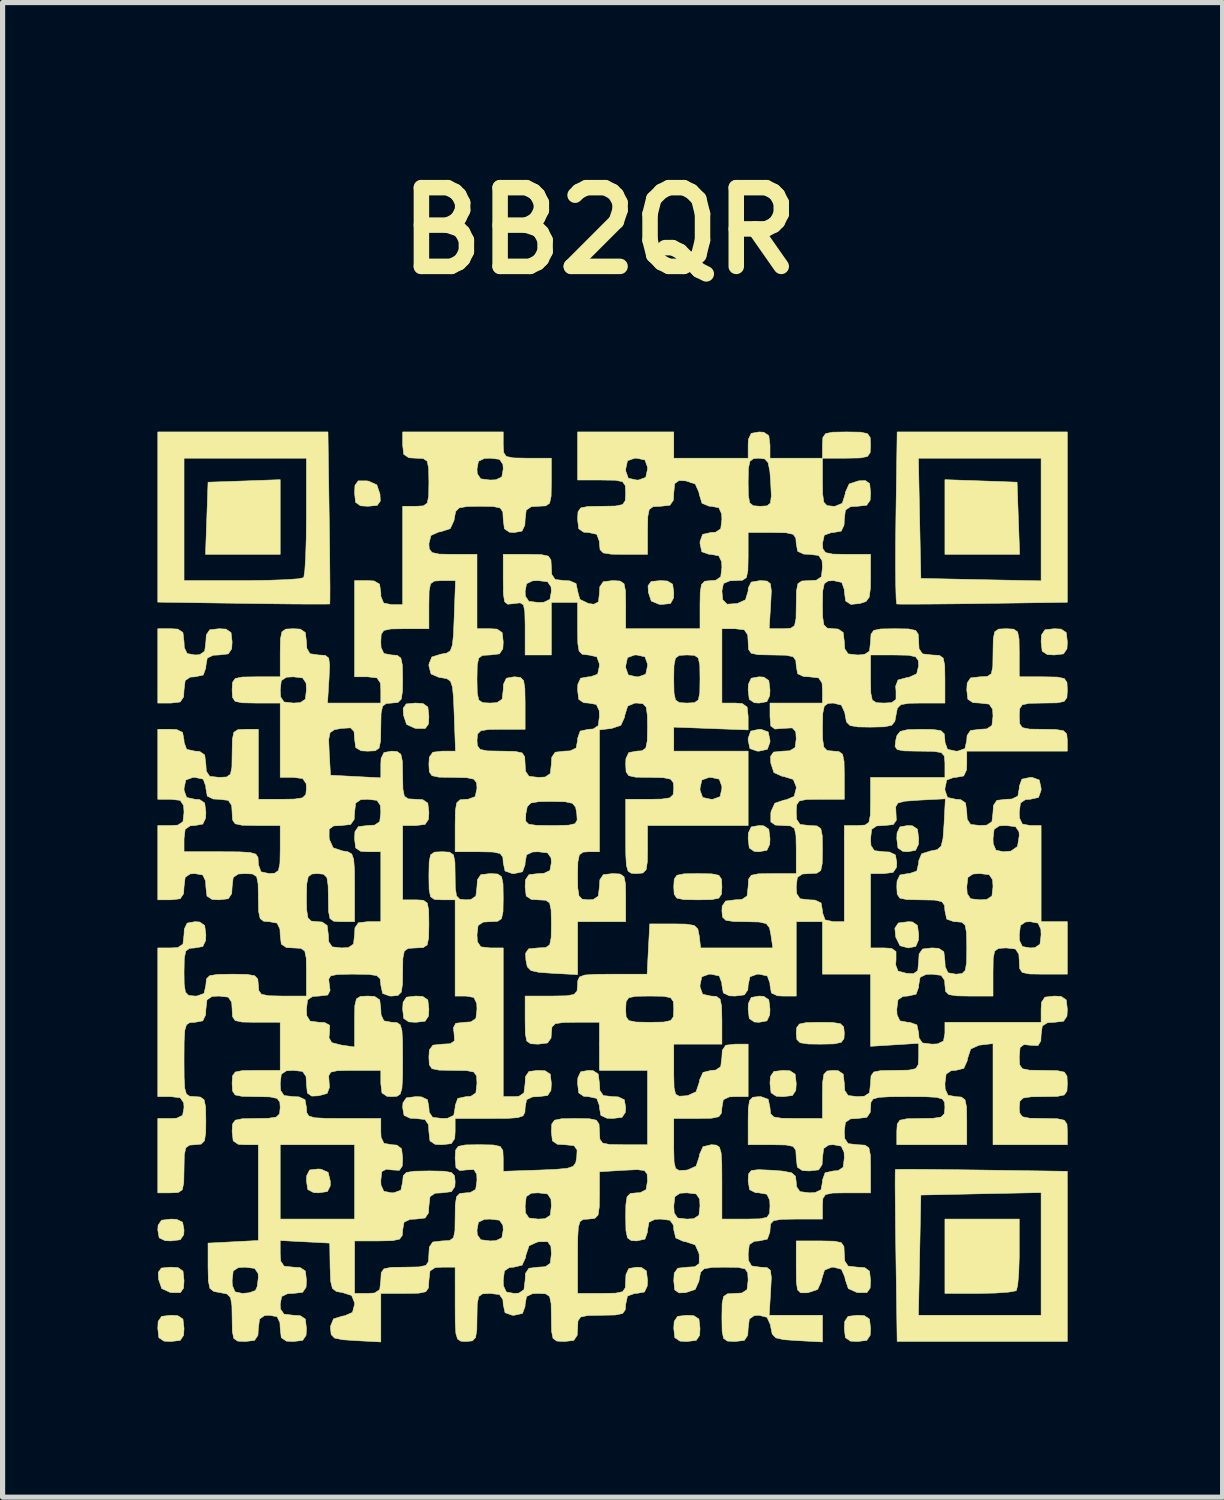
<source format=kicad_pcb>
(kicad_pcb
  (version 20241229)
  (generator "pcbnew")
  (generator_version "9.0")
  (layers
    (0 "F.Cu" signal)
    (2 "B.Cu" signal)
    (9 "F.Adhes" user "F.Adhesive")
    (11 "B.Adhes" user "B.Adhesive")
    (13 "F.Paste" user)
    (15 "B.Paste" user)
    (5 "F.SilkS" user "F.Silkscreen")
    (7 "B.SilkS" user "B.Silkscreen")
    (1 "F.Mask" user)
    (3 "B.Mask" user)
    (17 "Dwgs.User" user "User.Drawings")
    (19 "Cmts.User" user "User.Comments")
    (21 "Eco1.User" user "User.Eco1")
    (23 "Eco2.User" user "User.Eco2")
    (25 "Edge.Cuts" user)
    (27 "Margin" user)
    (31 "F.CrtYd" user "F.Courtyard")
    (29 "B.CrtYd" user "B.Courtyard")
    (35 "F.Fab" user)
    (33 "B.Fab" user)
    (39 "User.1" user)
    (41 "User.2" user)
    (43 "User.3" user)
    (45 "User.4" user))
  (footprint "BB2QR"
    (layer "F.Cu")
    (at 8.81 13.864)
    (property "Reference" "BB2QR" (at -0.254 -12.446 0) (layer "F.SilkS") (effects (font (size 1.524 1.524) (thickness 0.3))))
    (attr through_hole)
    (fp_poly (pts (xy 6.435 -6.181) (xy 7.881 -6.181) (xy 7.832 -7.578) (xy 6.435 -7.627) (xy 6.435 -6.181)) (stroke (width 0.01) (type solid)) (fill yes) (layer "F.SilkS"))
    (fp_poly (pts (xy -7.832 -7.578) (xy -7.856 -6.879) (xy -7.881 -6.181) (xy -6.435 -6.181) (xy -6.435 -7.627) (xy -7.832 -7.578)) (stroke (width 0.01) (type solid)) (fill yes) (layer "F.SilkS"))
    (fp_poly (pts (xy 5.533 0.956) (xy 5.466 1.057) (xy 5.483 1.23) (xy 5.565 1.396) (xy 5.725 1.439) (xy 5.87 1.41) (xy 5.922 1.288) (xy 5.927 1.185) (xy 5.903 1.003) (xy 5.806 0.936) (xy 5.729 0.931) (xy 5.533 0.956)) (stroke (width 0.01) (type solid)) (fill yes) (layer "F.SilkS"))
    (fp_poly (pts (xy -8.737 7.637) (xy -8.796 7.721) (xy -8.79 7.853) (xy -8.729 8.034) (xy -8.569 8.107) (xy -8.53 8.112) (xy -8.367 8.112) (xy -8.306 8.025) (xy -8.297 7.88) (xy -8.317 7.697) (xy -8.412 7.629) (xy -8.557 7.62) (xy -8.737 7.637)) (stroke (width 0.01) (type solid)) (fill yes) (layer "F.SilkS"))
    (fp_poly (pts (xy -8.733 6.711) (xy -8.799 6.808) (xy -8.805 6.9) (xy -8.778 7.052) (xy -8.662 7.107) (xy -8.551 7.112) (xy -8.37 7.089) (xy -8.303 6.992) (xy -8.297 6.9) (xy -8.325 6.749) (xy -8.441 6.694) (xy -8.551 6.689) (xy -8.733 6.711)) (stroke (width 0.01) (type solid)) (fill yes) (layer "F.SilkS"))
    (fp_poly (pts (xy -8.731 8.572) (xy -8.798 8.671) (xy -8.805 8.805) (xy -8.784 8.985) (xy -8.685 9.052) (xy -8.551 9.059) (xy -8.371 9.038) (xy -8.305 8.939) (xy -8.297 8.805) (xy -8.318 8.625) (xy -8.417 8.559) (xy -8.551 8.551) (xy -8.731 8.572)) (stroke (width 0.01) (type solid)) (fill yes) (layer "F.SilkS"))
    (fp_poly (pts (xy -5.865 5.738) (xy -5.922 5.848) (xy -5.927 5.945) (xy -5.901 6.117) (xy -5.787 6.176) (xy -5.691 6.181) (xy -5.521 6.156) (xy -5.466 6.048) (xy -5.465 5.955) (xy -5.507 5.784) (xy -5.645 5.723) (xy -5.701 5.719) (xy -5.865 5.738)) (stroke (width 0.01) (type solid)) (fill yes) (layer "F.SilkS"))
    (fp_poly (pts (xy -4.925 -7.604) (xy -4.987 -7.517) (xy -4.995 -7.372) (xy -4.976 -7.189) (xy -4.881 -7.121) (xy -4.736 -7.112) (xy -4.556 -7.129) (xy -4.497 -7.213) (xy -4.503 -7.345) (xy -4.564 -7.526) (xy -4.724 -7.599) (xy -4.763 -7.604) (xy -4.925 -7.604)) (stroke (width 0.01) (type solid)) (fill yes) (layer "F.SilkS"))
    (fp_poly (pts (xy -3.995 -3.285) (xy -4.054 -3.201) (xy -4.048 -3.069) (xy -3.988 -2.888) (xy -3.828 -2.815) (xy -3.789 -2.81) (xy -3.626 -2.81) (xy -3.564 -2.897) (xy -3.556 -3.042) (xy -3.576 -3.225) (xy -3.671 -3.293) (xy -3.816 -3.302) (xy -3.995 -3.285)) (stroke (width 0.01) (type solid)) (fill yes) (layer "F.SilkS"))
    (fp_poly (pts (xy -3.99 2.392) (xy -4.056 2.491) (xy -4.064 2.625) (xy -4.043 2.805) (xy -3.944 2.871) (xy -3.81 2.879) (xy -3.63 2.858) (xy -3.564 2.759) (xy -3.556 2.625) (xy -3.577 2.445) (xy -3.676 2.378) (xy -3.81 2.371) (xy -3.99 2.392)) (stroke (width 0.01) (type solid)) (fill yes) (layer "F.SilkS"))
    (fp_poly (pts (xy 0.746 -5.655) (xy 0.687 -5.572) (xy 0.693 -5.447) (xy 0.75 -5.276) (xy 0.9 -5.215) (xy 0.953 -5.211) (xy 1.122 -5.229) (xy 1.181 -5.336) (xy 1.185 -5.437) (xy 1.163 -5.603) (xy 1.06 -5.665) (xy 0.926 -5.673) (xy 0.746 -5.655)) (stroke (width 0.01) (type solid)) (fill yes) (layer "F.SilkS"))
    (fp_poly (pts (xy 1.259 8.572) (xy 1.193 8.671) (xy 1.185 8.805) (xy 1.206 8.985) (xy 1.305 9.052) (xy 1.439 9.059) (xy 1.619 9.038) (xy 1.686 8.939) (xy 1.693 8.805) (xy 1.672 8.625) (xy 1.573 8.559) (xy 1.439 8.551) (xy 1.259 8.572)) (stroke (width 0.01) (type solid)) (fill yes) (layer "F.SilkS"))
    (fp_poly (pts (xy 2.675 -2.759) (xy 2.626 -2.621) (xy 2.625 -2.582) (xy 2.66 -2.421) (xy 2.797 -2.372) (xy 2.836 -2.371) (xy 2.997 -2.406) (xy 3.047 -2.543) (xy 3.048 -2.582) (xy 3.013 -2.743) (xy 2.875 -2.793) (xy 2.836 -2.794) (xy 2.675 -2.759)) (stroke (width 0.01) (type solid)) (fill yes) (layer "F.SilkS"))
    (fp_poly (pts (xy 2.685 -3.783) (xy 2.63 -3.666) (xy 2.625 -3.556) (xy 2.647 -3.374) (xy 2.744 -3.308) (xy 2.836 -3.302) (xy 2.988 -3.329) (xy 3.043 -3.446) (xy 3.048 -3.556) (xy 3.025 -3.738) (xy 2.928 -3.804) (xy 2.836 -3.81) (xy 2.685 -3.783)) (stroke (width 0.01) (type solid)) (fill yes) (layer "F.SilkS"))
    (fp_poly (pts (xy 2.685 -0.904) (xy 2.63 -0.788) (xy 2.625 -0.677) (xy 2.647 -0.496) (xy 2.744 -0.429) (xy 2.836 -0.423) (xy 2.988 -0.451) (xy 3.043 -0.567) (xy 3.048 -0.677) (xy 3.025 -0.859) (xy 2.928 -0.925) (xy 2.836 -0.931) (xy 2.685 -0.904)) (stroke (width 0.01) (type solid)) (fill yes) (layer "F.SilkS"))
    (fp_poly (pts (xy 2.685 2.398) (xy 2.63 2.514) (xy 2.625 2.625) (xy 2.647 2.806) (xy 2.744 2.873) (xy 2.836 2.879) (xy 2.988 2.851) (xy 3.043 2.735) (xy 3.048 2.625) (xy 3.025 2.443) (xy 2.928 2.377) (xy 2.836 2.371) (xy 2.685 2.398)) (stroke (width 0.01) (type solid)) (fill yes) (layer "F.SilkS"))
    (fp_poly (pts (xy 3.122 3.831) (xy 3.056 3.93) (xy 3.048 4.064) (xy 3.069 4.244) (xy 3.168 4.31) (xy 3.302 4.318) (xy 3.482 4.297) (xy 3.548 4.198) (xy 3.556 4.064) (xy 3.535 3.884) (xy 3.436 3.818) (xy 3.302 3.81) (xy 3.122 3.831)) (stroke (width 0.01) (type solid)) (fill yes) (layer "F.SilkS"))
    (fp_poly (pts (xy 4.561 8.572) (xy 4.495 8.671) (xy 4.487 8.805) (xy 4.508 8.985) (xy 4.607 9.052) (xy 4.741 9.059) (xy 4.921 9.038) (xy 4.988 8.939) (xy 4.995 8.805) (xy 4.974 8.625) (xy 4.875 8.559) (xy 4.741 8.551) (xy 4.561 8.572)) (stroke (width 0.01) (type solid)) (fill yes) (layer "F.SilkS"))
    (fp_poly (pts (xy 5.564 -0.904) (xy 5.508 -0.788) (xy 5.503 -0.677) (xy 5.526 -0.496) (xy 5.623 -0.429) (xy 5.715 -0.423) (xy 5.866 -0.451) (xy 5.922 -0.567) (xy 5.927 -0.677) (xy 5.904 -0.859) (xy 5.807 -0.925) (xy 5.715 -0.931) (xy 5.564 -0.904)) (stroke (width 0.01) (type solid)) (fill yes) (layer "F.SilkS"))
    (fp_poly (pts (xy 6.435 8.128) (xy 7.098 8.128) (xy 7.418 8.121) (xy 7.67 8.103) (xy 7.807 8.078) (xy 7.818 8.072) (xy 7.844 7.966) (xy 7.864 7.735) (xy 7.874 7.426) (xy 7.874 7.352) (xy 7.874 6.689) (xy 6.435 6.689) (xy 6.435 8.128)) (stroke (width 0.01) (type solid)) (fill yes) (layer "F.SilkS"))
    (fp_poly (pts (xy 8.371 -4.72) (xy 8.305 -4.621) (xy 8.297 -4.487) (xy 8.318 -4.307) (xy 8.417 -4.241) (xy 8.551 -4.233) (xy 8.731 -4.254) (xy 8.798 -4.353) (xy 8.805 -4.487) (xy 8.784 -4.667) (xy 8.685 -4.734) (xy 8.551 -4.741) (xy 8.371 -4.72)) (stroke (width 0.01) (type solid)) (fill yes) (layer "F.SilkS"))
    (fp_poly (pts (xy 3.755 2.884) (xy 3.616 2.913) (xy 3.564 2.985) (xy 3.556 3.09) (xy 3.568 3.212) (xy 3.632 3.275) (xy 3.789 3.299) (xy 4.022 3.302) (xy 4.288 3.297) (xy 4.427 3.267) (xy 4.48 3.196) (xy 4.487 3.09) (xy 4.475 2.969) (xy 4.411 2.906) (xy 4.254 2.882) (xy 4.022 2.879) (xy 3.755 2.884)) (stroke (width 0.01) (type solid)) (fill yes) (layer "F.SilkS"))
    (fp_poly (pts (xy 4.53 -8.043) (xy 4.796 -8.048) (xy 4.934 -8.076) (xy 4.987 -8.15) (xy 4.995 -8.293) (xy 4.995 -8.297) (xy 4.988 -8.443) (xy 4.936 -8.518) (xy 4.8 -8.547) (xy 4.537 -8.551) (xy 4.53 -8.551) (xy 4.263 -8.547) (xy 4.125 -8.519) (xy 4.072 -8.445) (xy 4.064 -8.301) (xy 4.064 -8.043) (xy 4.53 -8.043)) (stroke (width 0.01) (type solid)) (fill yes) (layer "F.SilkS"))
    (fp_poly (pts (xy 1.385 0.004) (xy 1.246 0.032) (xy 1.194 0.107) (xy 1.185 0.25) (xy 1.185 0.254) (xy 1.193 0.399) (xy 1.244 0.475) (xy 1.381 0.503) (xy 1.644 0.508) (xy 1.651 0.508) (xy 1.917 0.504) (xy 2.056 0.476) (xy 2.108 0.401) (xy 2.117 0.258) (xy 2.117 0.254) (xy 2.109 0.109) (xy 2.058 0.033) (xy 1.921 0.005) (xy 1.658 0) (xy 1.651 0) (xy 1.385 0.004)) (stroke (width 0.01) (type solid)) (fill yes) (layer "F.SilkS"))
    (fp_poly (pts (xy -0.617 3.837) (xy -0.672 3.954) (xy -0.677 4.064) (xy -0.655 4.246) (xy -0.558 4.312) (xy -0.466 4.318) (xy -0.305 4.353) (xy -0.255 4.491) (xy -0.254 4.53) (xy -0.227 4.681) (xy -0.11 4.736) (xy 0 4.741) (xy 0.182 4.719) (xy 0.248 4.622) (xy 0.254 4.53) (xy 0.227 4.378) (xy 0.11 4.323) (xy 0 4.318) (xy -0.18 4.297) (xy -0.246 4.198) (xy -0.254 4.064) (xy -0.277 3.882) (xy -0.374 3.816) (xy -0.466 3.81) (xy -0.617 3.837)) (stroke (width 0.01) (type solid)) (fill yes) (layer "F.SilkS"))
    (fp_poly (pts (xy 5.583 5.726) (xy 5.477 5.728) (xy 5.475 5.729) (xy 5.472 5.814) (xy 5.471 6.042) (xy 5.474 6.388) (xy 5.478 6.825) (xy 5.485 7.328) (xy 5.486 7.401) (xy 5.51 9.059) (xy 8.805 9.059) (xy 8.805 8.551) (xy 8.297 8.551) (xy 5.922 8.551) (xy 5.969 6.223) (xy 7.133 6.199) (xy 8.297 6.176) (xy 8.297 8.551) (xy 8.805 8.551) (xy 8.805 5.764) (xy 7.147 5.74) (xy 6.637 5.733) (xy 6.189 5.728) (xy 5.829 5.726) (xy 5.583 5.726)) (stroke (width 0.01) (type solid)) (fill yes) (layer "F.SilkS"))
    (fp_poly (pts (xy 5.486 -6.892) (xy 5.48 -6.382) (xy 5.479 -5.934) (xy 5.483 -5.574) (xy 5.49 -5.328) (xy 5.501 -5.222) (xy 5.503 -5.22) (xy 5.597 -5.217) (xy 5.834 -5.217) (xy 6.186 -5.219) (xy 6.628 -5.223) (xy 7.132 -5.229) (xy 7.176 -5.23) (xy 8.805 -5.253) (xy 8.805 -8.043) (xy 8.297 -8.043) (xy 8.297 -5.668) (xy 7.133 -5.691) (xy 5.969 -5.715) (xy 5.945 -6.879) (xy 5.922 -8.043) (xy 8.297 -8.043) (xy 8.805 -8.043) (xy 8.805 -8.551) (xy 5.51 -8.551) (xy 5.486 -6.892)) (stroke (width 0.01) (type solid)) (fill yes) (layer "F.SilkS"))
    (fp_poly (pts (xy 3.556 7.626) (xy 3.559 7.908) (xy 3.581 8.059) (xy 3.639 8.116) (xy 3.752 8.117) (xy 3.789 8.112) (xy 3.97 8.052) (xy 4.043 7.892) (xy 4.048 7.853) (xy 4.104 7.677) (xy 4.242 7.621) (xy 4.276 7.62) (xy 4.432 7.661) (xy 4.498 7.814) (xy 4.503 7.853) (xy 4.564 8.034) (xy 4.724 8.107) (xy 4.763 8.112) (xy 4.925 8.112) (xy 4.987 8.025) (xy 4.995 7.88) (xy 4.975 7.697) (xy 4.881 7.629) (xy 4.741 7.62) (xy 4.561 7.599) (xy 4.495 7.5) (xy 4.487 7.366) (xy 4.48 7.221) (xy 4.428 7.145) (xy 4.292 7.117) (xy 4.029 7.112) (xy 3.556 7.112) (xy 3.556 7.626)) (stroke (width 0.01) (type solid)) (fill yes) (layer "F.SilkS"))
    (fp_poly (pts (xy -8.805 -5.256) (xy -7.147 -5.232) (xy -6.637 -5.225) (xy -6.189 -5.22) (xy -5.829 -5.218) (xy -5.583 -5.218) (xy -5.477 -5.22) (xy -5.475 -5.221) (xy -5.472 -5.306) (xy -5.471 -5.534) (xy -5.474 -5.88) (xy -5.478 -6.317) (xy -5.485 -6.82) (xy -5.486 -6.893) (xy -5.503 -8.043) (xy -5.927 -8.043) (xy -5.927 -6.914) (xy -5.931 -6.493) (xy -5.942 -6.135) (xy -5.958 -5.872) (xy -5.978 -5.738) (xy -5.983 -5.729) (xy -6.084 -5.708) (xy -6.322 -5.691) (xy -6.662 -5.679) (xy -7.072 -5.673) (xy -7.168 -5.673) (xy -8.297 -5.673) (xy -8.297 -8.043) (xy -5.927 -8.043) (xy -5.503 -8.043) (xy -5.51 -8.551) (xy -8.805 -8.551) (xy -8.805 -5.256)) (stroke (width 0.01) (type solid)) (fill yes) (layer "F.SilkS"))
    (fp_poly (pts (xy -8.805 -3.302) (xy -8.551 -3.302) (xy -8.371 -3.323) (xy -8.305 -3.422) (xy -8.297 -3.556) (xy -8.275 -3.738) (xy -8.178 -3.804) (xy -8.086 -3.81) (xy -7.925 -3.845) (xy -7.875 -3.983) (xy -7.874 -4.022) (xy -7.847 -4.173) (xy -7.73 -4.228) (xy -7.62 -4.233) (xy -7.44 -4.254) (xy -7.374 -4.353) (xy -7.366 -4.487) (xy -7.387 -4.667) (xy -7.486 -4.734) (xy -7.62 -4.741) (xy -7.8 -4.72) (xy -7.866 -4.621) (xy -7.874 -4.487) (xy -7.897 -4.306) (xy -7.994 -4.239) (xy -8.086 -4.233) (xy -8.237 -4.261) (xy -8.292 -4.377) (xy -8.297 -4.487) (xy -8.318 -4.667) (xy -8.417 -4.734) (xy -8.551 -4.741) (xy -8.805 -4.741) (xy -8.805 -3.302)) (stroke (width 0.01) (type solid)) (fill yes) (layer "F.SilkS"))
    (fp_poly (pts (xy -3.447 -0.416) (xy -3.523 -0.364) (xy -3.551 -0.228) (xy -3.556 0.035) (xy -3.556 0.042) (xy -3.552 0.309) (xy -3.524 0.447) (xy -3.449 0.5) (xy -3.306 0.508) (xy -3.048 0.508) (xy -3.048 2.371) (xy -2.836 2.371) (xy -2.685 2.398) (xy -2.63 2.514) (xy -2.625 2.625) (xy -2.646 2.805) (xy -2.744 2.871) (xy -2.867 2.879) (xy -3.036 2.898) (xy -3.082 2.986) (xy -3.069 3.09) (xy -3.06 3.238) (xy -3.144 3.294) (xy -3.292 3.302) (xy -3.477 3.321) (xy -3.547 3.412) (xy -3.556 3.556) (xy -3.548 3.701) (xy -3.497 3.777) (xy -3.361 3.805) (xy -3.097 3.81) (xy -3.09 3.81) (xy -2.824 3.814) (xy -2.686 3.842) (xy -2.633 3.917) (xy -2.625 4.06) (xy -2.625 4.064) (xy -2.647 4.246) (xy -2.744 4.312) (xy -2.836 4.318) (xy -2.997 4.353) (xy -3.047 4.491) (xy -3.048 4.53) (xy -3.075 4.681) (xy -3.192 4.736) (xy -3.302 4.741) (xy -3.484 4.719) (xy -3.55 4.622) (xy -3.556 4.53) (xy -3.583 4.378) (xy -3.7 4.323) (xy -3.81 4.318) (xy -3.992 4.341) (xy -4.058 4.438) (xy -4.064 4.53) (xy -4.037 4.681) (xy -3.92 4.736) (xy -3.81 4.741) (xy -3.63 4.762) (xy -3.564 4.861) (xy -3.556 4.995) (xy -3.535 5.175) (xy -3.436 5.242) (xy -3.302 5.249) (xy -3.122 5.228) (xy -3.056 5.129) (xy -3.048 4.995) (xy -3.048 4.741) (xy -2.371 4.741) (xy -2.035 4.739) (xy -1.834 4.725) (xy -1.733 4.689) (xy -1.697 4.619) (xy -1.693 4.53) (xy -1.666 4.378) (xy -1.55 4.323) (xy -1.439 4.318) (xy -1.259 4.297) (xy -1.193 4.198) (xy -1.185 4.064) (xy -1.206 3.884) (xy -1.305 3.818) (xy -1.439 3.81) (xy -1.619 3.831) (xy -1.686 3.93) (xy -1.693 4.064) (xy -1.716 4.246) (xy -1.813 4.312) (xy -1.905 4.318) (xy -2.117 4.318) (xy -2.117 1.439) (xy -2.371 1.439) (xy -2.551 1.418) (xy -2.617 1.319) (xy -2.625 1.185) (xy -2.604 1.005) (xy -2.505 0.939) (xy -2.371 0.931) (xy -2.225 0.924) (xy -2.15 0.872) (xy -2.121 0.736) (xy -2.117 0.473) (xy -2.117 0.466) (xy -2.121 0.199) (xy -2.149 0.061) (xy -2.223 0.008) (xy -2.367 0.000001) (xy -2.371 0) (xy -2.551 0.021) (xy -2.617 0.12) (xy -2.625 0.254) (xy -2.647 0.436) (xy -2.744 0.502) (xy -2.836 0.508) (xy -2.958 0.496) (xy -3.021 0.432) (xy -3.045 0.275) (xy -3.048 0.042) (xy -3.052 -0.224) (xy -3.08 -0.362) (xy -3.155 -0.415) (xy -3.298 -0.423) (xy -3.302 -0.423) (xy -3.447 -0.416)) (stroke (width 0.01) (type solid)) (fill yes) (layer "F.SilkS"))
    (fp_poly (pts (xy 3.048 -8.043) (xy 3.048 -8.297) (xy 3.025 -8.479) (xy 2.928 -8.545) (xy 2.836 -8.551) (xy 2.685 -8.524) (xy 2.63 -8.408) (xy 2.625 -8.297) (xy 2.625 -8.043) (xy 1.185 -8.043) (xy 1.185 -8.551) (xy -0.677 -8.551) (xy -0.677 -7.62) (xy -0.212 -7.62) (xy 0.055 -7.616) (xy 0.193 -7.588) (xy 0.246 -7.513) (xy 0.254 -7.37) (xy 0.254 -7.366) (xy 0.246 -7.221) (xy 0.195 -7.145) (xy 0.059 -7.117) (xy -0.205 -7.112) (xy -0.212 -7.112) (xy -0.478 -7.108) (xy -0.616 -7.08) (xy -0.669 -7.005) (xy -0.677 -6.862) (xy -0.677 -6.858) (xy -0.655 -6.676) (xy -0.558 -6.61) (xy -0.466 -6.604) (xy -0.305 -6.569) (xy -0.255 -6.431) (xy -0.254 -6.392) (xy -0.242 -6.271) (xy -0.178 -6.208) (xy -0.021 -6.184) (xy 0.212 -6.181) (xy 0.677 -6.181) (xy 0.677 -6.646) (xy 0.682 -6.913) (xy 0.71 -7.051) (xy 0.784 -7.104) (xy 0.927 -7.112) (xy 0.931 -7.112) (xy 1.11 -7.132) (xy 1.177 -7.229) (xy 1.185 -7.372) (xy 1.203 -7.551) (xy 1.287 -7.61) (xy 1.418 -7.604) (xy 1.6 -7.544) (xy 1.672 -7.384) (xy 1.678 -7.345) (xy 1.732 -7.17) (xy 1.87 -7.113) (xy 1.911 -7.112) (xy 2.058 -7.083) (xy 2.112 -6.964) (xy 2.117 -6.858) (xy 2.094 -6.676) (xy 1.997 -6.61) (xy 1.905 -6.604) (xy 1.744 -6.569) (xy 1.694 -6.431) (xy 1.693 -6.392) (xy 1.728 -6.231) (xy 1.866 -6.182) (xy 1.905 -6.181) (xy 2.056 -6.153) (xy 2.112 -6.037) (xy 2.117 -5.927) (xy 2.094 -5.745) (xy 1.997 -5.679) (xy 1.905 -5.673) (xy 1.784 -5.661) (xy 1.721 -5.597) (xy 1.697 -5.44) (xy 1.693 -5.207) (xy 1.693 -4.741) (xy 0.254 -4.741) (xy 0.254 -5.207) (xy 0.25 -5.473) (xy 0.222 -5.612) (xy 0.147 -5.664) (xy 0.004 -5.673) (xy 0 -5.673) (xy -0.18 -5.651) (xy -0.247 -5.553) (xy -0.254 -5.43) (xy -0.273 -5.261) (xy -0.362 -5.215) (xy -0.466 -5.229) (xy -0.633 -5.31) (xy -0.675 -5.461) (xy -1.185 -5.461) (xy -1.213 -5.31) (xy -1.329 -5.254) (xy -1.439 -5.249) (xy -1.621 -5.272) (xy -1.687 -5.369) (xy -1.693 -5.461) (xy -1.666 -5.612) (xy -1.55 -5.668) (xy -1.439 -5.673) (xy -1.258 -5.65) (xy -1.191 -5.553) (xy -1.185 -5.461) (xy -0.675 -5.461) (xy -0.677 -5.471) (xy -0.707 -5.616) (xy -0.829 -5.668) (xy -0.931 -5.673) (xy -1.111 -5.694) (xy -1.178 -5.793) (xy -1.185 -5.927) (xy -1.193 -6.072) (xy -1.244 -6.147) (xy -1.381 -6.176) (xy -1.644 -6.181) (xy -2.117 -6.181) (xy -2.117 -5.684) (xy -2.113 -5.408) (xy -2.09 -5.264) (xy -2.031 -5.216) (xy -1.918 -5.226) (xy -1.905 -5.229) (xy -1.789 -5.242) (xy -1.725 -5.203) (xy -1.699 -5.074) (xy -1.693 -4.818) (xy -1.693 -4.751) (xy -1.693 -4.233) (xy -1.185 -4.233) (xy -1.185 -5.249) (xy -0.677 -5.249) (xy -0.677 -4.741) (xy -0.673 -4.46) (xy -0.648 -4.308) (xy -0.587 -4.246) (xy -0.473 -4.233) (xy -0.466 -4.233) (xy -0.305 -4.198) (xy -0.255 -4.061) (xy -0.254 -4.022) (xy -0.289 -3.861) (xy -0.427 -3.811) (xy -0.466 -3.81) (xy -0.617 -3.783) (xy -0.672 -3.666) (xy -0.677 -3.556) (xy -0.655 -3.374) (xy -0.558 -3.308) (xy -0.466 -3.302) (xy -0.314 -3.275) (xy -0.259 -3.158) (xy -0.254 -3.048) (xy -0.277 -2.866) (xy -0.374 -2.8) (xy -0.466 -2.794) (xy -0.627 -2.759) (xy -0.676 -2.621) (xy -0.677 -2.582) (xy -0.705 -2.431) (xy -0.821 -2.376) (xy -0.931 -2.371) (xy -1.111 -2.35) (xy -1.178 -2.251) (xy -1.185 -2.117) (xy -1.206 -1.937) (xy -1.305 -1.87) (xy -1.439 -1.863) (xy -1.619 -1.884) (xy -1.686 -1.983) (xy -1.693 -2.117) (xy -1.701 -2.262) (xy -1.752 -2.337) (xy -1.889 -2.366) (xy -2.152 -2.371) (xy -2.159 -2.371) (xy -2.426 -2.376) (xy -2.565 -2.405) (xy -2.617 -2.477) (xy -2.625 -2.582) (xy -2.613 -2.704) (xy -2.549 -2.767) (xy -2.392 -2.791) (xy -2.159 -2.794) (xy -1.693 -2.794) (xy -1.693 -3.302) (xy -1.698 -3.584) (xy -1.722 -3.736) (xy -1.783 -3.798) (xy -1.898 -3.81) (xy -1.905 -3.81) (xy -2.056 -3.783) (xy -2.112 -3.666) (xy -2.117 -3.556) (xy -2.138 -3.376) (xy -2.237 -3.31) (xy -2.371 -3.302) (xy -2.516 -3.31) (xy -2.591 -3.361) (xy -2.62 -3.497) (xy -2.625 -3.761) (xy -2.625 -3.768) (xy -2.62 -4.034) (xy -2.592 -4.172) (xy -2.518 -4.225) (xy -2.375 -4.233) (xy -2.371 -4.233) (xy -2.191 -4.254) (xy -2.124 -4.353) (xy -2.117 -4.487) (xy -2.138 -4.667) (xy -2.237 -4.734) (xy -2.371 -4.741) (xy -2.625 -4.741) (xy -2.625 -6.181) (xy -3.09 -6.181) (xy -3.357 -6.186) (xy -3.496 -6.216) (xy -3.549 -6.287) (xy -3.556 -6.387) (xy -3.517 -6.546) (xy -3.369 -6.613) (xy -3.323 -6.62) (xy -3.142 -6.68) (xy -3.069 -6.84) (xy -3.064 -6.879) (xy -3.037 -7.013) (xy -2.967 -7.082) (xy -2.81 -7.108) (xy -2.577 -7.112) (xy -2.313 -7.108) (xy -2.176 -7.079) (xy -2.124 -7.003) (xy -2.117 -6.858) (xy -2.094 -6.676) (xy -1.997 -6.61) (xy -1.905 -6.604) (xy -1.754 -6.631) (xy -1.698 -6.748) (xy -1.693 -6.858) (xy -1.672 -7.038) (xy -1.573 -7.104) (xy -1.439 -7.112) (xy -1.294 -7.12) (xy -1.219 -7.171) (xy -1.19 -7.307) (xy -1.185 -7.571) (xy -1.185 -7.832) (xy -2.117 -7.832) (xy -2.144 -7.68) (xy -2.26 -7.625) (xy -2.371 -7.62) (xy -2.552 -7.643) (xy -2.619 -7.74) (xy -2.625 -7.832) (xy -2.597 -7.983) (xy -2.481 -8.038) (xy -2.371 -8.043) (xy -2.189 -8.021) (xy -2.123 -7.924) (xy -2.117 -7.832) (xy -1.185 -7.832) (xy -1.185 -8.043) (xy -1.651 -8.043) (xy -1.917 -8.048) (xy -2.056 -8.076) (xy -2.108 -8.15) (xy -2.117 -8.293) (xy -2.117 -8.297) (xy -2.117 -8.551) (xy -4.064 -8.551) (xy -4.064 -8.297) (xy -4.043 -8.117) (xy -3.944 -8.051) (xy -3.81 -8.043) (xy -3.665 -8.036) (xy -3.589 -7.984) (xy -3.561 -7.848) (xy -3.556 -7.585) (xy -3.556 -7.578) (xy -3.56 -7.311) (xy -3.588 -7.173) (xy -3.663 -7.12) (xy -3.806 -7.112) (xy -4.064 -7.112) (xy -4.064 -5.207) (xy -4.276 -5.207) (xy -4.432 -5.238) (xy -4.485 -5.364) (xy -4.487 -5.44) (xy -4.511 -5.605) (xy -4.617 -5.666) (xy -4.741 -5.673) (xy -4.995 -5.673) (xy -4.995 -3.81) (xy -4.741 -3.81) (xy -4.561 -3.789) (xy -4.495 -3.69) (xy -4.487 -3.556) (xy -4.487 -3.302) (xy -5.519 -3.302) (xy -5.503 -3.556) (xy -5.927 -3.556) (xy -5.948 -3.376) (xy -6.047 -3.31) (xy -6.181 -3.302) (xy -6.361 -3.323) (xy -6.427 -3.422) (xy -6.435 -3.556) (xy -6.414 -3.736) (xy -6.315 -3.802) (xy -6.181 -3.81) (xy -6.001 -3.789) (xy -5.934 -3.69) (xy -5.927 -3.556) (xy -5.503 -3.556) (xy -5.49 -3.768) (xy -5.478 -4.034) (xy -5.495 -4.172) (xy -5.561 -4.225) (xy -5.693 -4.233) (xy -5.694 -4.233) (xy -5.859 -4.257) (xy -5.92 -4.363) (xy -5.927 -4.487) (xy -5.948 -4.667) (xy -6.047 -4.734) (xy -6.181 -4.741) (xy -6.326 -4.734) (xy -6.401 -4.682) (xy -6.43 -4.546) (xy -6.435 -4.283) (xy -6.435 -3.81) (xy -6.9 -3.81) (xy -7.167 -3.806) (xy -7.305 -3.778) (xy -7.358 -3.703) (xy -7.366 -3.56) (xy -7.366 -3.556) (xy -7.358 -3.411) (xy -7.307 -3.335) (xy -7.171 -3.307) (xy -6.907 -3.302) (xy -6.435 -3.302) (xy -6.435 -1.863) (xy -6.181 -1.863) (xy -5.999 -1.84) (xy -5.933 -1.743) (xy -5.927 -1.651) (xy -5.939 -1.53) (xy -6.003 -1.467) (xy -6.16 -1.443) (xy -6.392 -1.439) (xy -6.858 -1.439) (xy -6.858 -2.794) (xy -7.112 -2.794) (xy -7.257 -2.786) (xy -7.333 -2.735) (xy -7.361 -2.599) (xy -7.366 -2.335) (xy -7.366 -2.328) (xy -7.37 -2.062) (xy -7.398 -1.924) (xy -7.473 -1.871) (xy -7.616 -1.863) (xy -7.62 -1.863) (xy -7.8 -1.884) (xy -7.866 -1.983) (xy -7.874 -2.117) (xy -7.897 -2.298) (xy -7.994 -2.365) (xy -8.086 -2.371) (xy -8.247 -2.406) (xy -8.296 -2.543) (xy -8.297 -2.582) (xy -8.325 -2.734) (xy -8.441 -2.789) (xy -8.551 -2.794) (xy -8.805 -2.794) (xy -8.805 -1.439) (xy -8.551 -1.439) (xy -8.371 -1.418) (xy -8.305 -1.319) (xy -8.297 -1.185) (xy -8.318 -1.005) (xy -8.417 -0.939) (xy -8.551 -0.931) (xy -8.805 -0.931) (xy -8.805 0.508) (xy -8.551 0.508) (xy -8.371 0.487) (xy -8.305 0.388) (xy -8.297 0.254) (xy -8.275 0.072) (xy -8.178 0.006) (xy -8.086 0) (xy -7.934 0.027) (xy -7.879 0.144) (xy -7.874 0.254) (xy -7.853 0.434) (xy -7.754 0.5) (xy -7.62 0.508) (xy -7.44 0.487) (xy -7.374 0.388) (xy -7.366 0.254) (xy -7.345 0.074) (xy -7.246 0.008) (xy -7.112 0) (xy -6.967 0.008) (xy -6.891 0.059) (xy -6.863 0.195) (xy -6.858 0.459) (xy -6.858 0.466) (xy -6.853 0.732) (xy -6.823 0.871) (xy -6.752 0.924) (xy -6.646 0.931) (xy -6.495 0.959) (xy -6.44 1.075) (xy -6.435 1.185) (xy -6.414 1.365) (xy -6.315 1.432) (xy -6.181 1.439) (xy -6.035 1.447) (xy -5.96 1.498) (xy -5.931 1.635) (xy -5.927 1.898) (xy -5.927 2.371) (xy -6.392 2.371) (xy -6.659 2.365) (xy -6.798 2.336) (xy -6.85 2.265) (xy -6.858 2.159) (xy -6.869 2.042) (xy -6.928 1.978) (xy -7.074 1.952) (xy -7.348 1.947) (xy -7.366 1.947) (xy -7.648 1.952) (xy -7.8 1.976) (xy -7.862 2.037) (xy -7.874 2.152) (xy -7.874 2.159) (xy -7.909 2.32) (xy -8.047 2.37) (xy -8.086 2.371) (xy -8.207 2.359) (xy -8.27 2.295) (xy -8.294 2.138) (xy -8.297 1.905) (xy -8.292 1.638) (xy -8.263 1.499) (xy -8.191 1.447) (xy -8.086 1.439) (xy -7.934 1.412) (xy -7.879 1.296) (xy -7.874 1.185) (xy -7.897 1.004) (xy -7.994 0.937) (xy -8.086 0.931) (xy -8.237 0.959) (xy -8.292 1.075) (xy -8.297 1.185) (xy -8.318 1.365) (xy -8.417 1.432) (xy -8.551 1.439) (xy -8.805 1.439) (xy -8.805 4.318) (xy -8.551 4.318) (xy -8.37 4.341) (xy -8.303 4.438) (xy -8.297 4.53) (xy -8.325 4.681) (xy -8.441 4.736) (xy -8.551 4.741) (xy -8.805 4.741) (xy -8.805 6.181) (xy -8.551 6.181) (xy -8.406 6.173) (xy -8.331 6.122) (xy -8.302 5.985) (xy -8.297 5.722) (xy -8.297 5.715) (xy -8.292 5.448) (xy -8.263 5.309) (xy -8.191 5.257) (xy -8.086 5.249) (xy -7.964 5.237) (xy -7.901 5.173) (xy -7.877 5.016) (xy -7.874 4.784) (xy -7.879 4.517) (xy -7.909 4.378) (xy -7.98 4.326) (xy -8.086 4.318) (xy -8.188 4.311) (xy -8.251 4.269) (xy -8.283 4.158) (xy -8.295 3.944) (xy -8.297 3.598) (xy -8.295 3.25) (xy -8.283 3.037) (xy -8.25 2.927) (xy -8.187 2.885) (xy -8.086 2.879) (xy -7.934 2.851) (xy -7.879 2.735) (xy -7.874 2.625) (xy -7.853 2.445) (xy -7.754 2.378) (xy -7.62 2.371) (xy -7.44 2.392) (xy -7.374 2.491) (xy -7.366 2.625) (xy -7.358 2.77) (xy -7.307 2.845) (xy -7.171 2.874) (xy -6.907 2.879) (xy -6.435 2.879) (xy -6.435 3.81) (xy -6.9 3.81) (xy -7.167 3.814) (xy -7.305 3.842) (xy -7.358 3.917) (xy -7.366 4.06) (xy -7.366 4.064) (xy -7.358 4.209) (xy -7.307 4.285) (xy -7.171 4.313) (xy -6.907 4.318) (xy -6.9 4.318) (xy -6.634 4.323) (xy -6.495 4.353) (xy -6.442 4.424) (xy -6.435 4.53) (xy -6.447 4.651) (xy -6.511 4.714) (xy -6.668 4.738) (xy -6.9 4.741) (xy -7.167 4.746) (xy -7.305 4.774) (xy -7.358 4.848) (xy -7.366 4.991) (xy -7.366 4.995) (xy -7.345 5.175) (xy -7.246 5.242) (xy -7.112 5.249) (xy -6.858 5.249) (xy -6.858 7.104) (xy -7.345 7.129) (xy -7.832 7.154) (xy -7.832 7.62) (xy -7.826 7.887) (xy -7.796 8.03) (xy -7.719 8.091) (xy -7.599 8.112) (xy -7.465 8.139) (xy -7.396 8.209) (xy -7.37 8.366) (xy -7.366 8.599) (xy -7.362 8.863) (xy -7.333 9) (xy -7.257 9.052) (xy -7.112 9.059) (xy -6.932 9.038) (xy -6.866 8.939) (xy -6.858 8.805) (xy -6.835 8.624) (xy -6.738 8.557) (xy -6.646 8.551) (xy -6.495 8.579) (xy -6.44 8.695) (xy -6.435 8.805) (xy -6.414 8.985) (xy -6.315 9.052) (xy -6.181 9.059) (xy -6.001 9.038) (xy -5.934 8.939) (xy -5.927 8.805) (xy -5.948 8.625) (xy -6.047 8.559) (xy -6.181 8.551) (xy -6.362 8.529) (xy -6.429 8.432) (xy -6.435 8.34) (xy -6.407 8.188) (xy -6.291 8.133) (xy -6.181 8.128) (xy -6.001 8.107) (xy -5.934 8.008) (xy -5.927 7.874) (xy -5.933 7.818) (xy -6.858 7.818) (xy -6.88 7.995) (xy -6.914 8.072) (xy -7.036 8.116) (xy -7.168 8.128) (xy -7.31 8.097) (xy -7.362 7.973) (xy -7.366 7.874) (xy -7.345 7.694) (xy -7.246 7.628) (xy -7.112 7.62) (xy -6.929 7.644) (xy -6.863 7.741) (xy -6.858 7.818) (xy -5.933 7.818) (xy -5.948 7.694) (xy -6.047 7.628) (xy -6.181 7.62) (xy -6.36 7.6) (xy -6.426 7.502) (xy -6.435 7.362) (xy -6.435 7.104) (xy -5.956 7.129) (xy -5.476 7.154) (xy -5.469 7.62) (xy -5.459 7.888) (xy -5.425 8.03) (xy -5.347 8.091) (xy -5.228 8.112) (xy -5.052 8.168) (xy -4.996 8.306) (xy -4.995 8.34) (xy -5.036 8.496) (xy -5.189 8.562) (xy -5.228 8.567) (xy -5.403 8.621) (xy -5.459 8.758) (xy -5.461 8.805) (xy -5.448 8.925) (xy -5.383 8.992) (xy -5.224 9.025) (xy -4.974 9.042) (xy -4.487 9.068) (xy -4.487 8.128) (xy -4.022 8.128) (xy -3.755 8.124) (xy -3.617 8.096) (xy -3.564 8.021) (xy -3.556 7.878) (xy -3.556 7.874) (xy -3.535 7.694) (xy -3.436 7.628) (xy -3.302 7.62) (xy -3.048 7.62) (xy -3.048 8.34) (xy -3.046 8.688) (xy -3.034 8.901) (xy -3.001 9.011) (xy -2.938 9.053) (xy -2.836 9.059) (xy -2.715 9.047) (xy -2.652 8.983) (xy -2.628 8.826) (xy -2.625 8.594) (xy -2.62 8.327) (xy -2.592 8.189) (xy -2.518 8.136) (xy -2.375 8.128) (xy -2.371 8.128) (xy -2.189 8.151) (xy -2.123 8.248) (xy -2.117 8.34) (xy -2.082 8.501) (xy -1.944 8.55) (xy -1.905 8.551) (xy -1.744 8.516) (xy -1.694 8.379) (xy -1.693 8.34) (xy -1.666 8.188) (xy -1.55 8.133) (xy -1.439 8.128) (xy -1.294 8.136) (xy -1.219 8.187) (xy -1.19 8.323) (xy -1.185 8.587) (xy -1.185 8.594) (xy -1.181 8.86) (xy -1.153 8.998) (xy -1.079 9.051) (xy -0.935 9.059) (xy -0.931 9.059) (xy -0.751 9.038) (xy -0.685 8.939) (xy -0.677 8.805) (xy -0.67 8.66) (xy -0.618 8.585) (xy -0.482 8.556) (xy -0.219 8.551) (xy -0.212 8.551) (xy 0.055 8.546) (xy 0.194 8.517) (xy 0.246 8.445) (xy 0.254 8.34) (xy 0.289 8.179) (xy 0.427 8.129) (xy 0.466 8.128) (xy 0.617 8.101) (xy 0.672 7.984) (xy 0.677 7.874) (xy 0.655 7.692) (xy 0.558 7.626) (xy 0.466 7.62) (xy 0.314 7.647) (xy 0.259 7.764) (xy 0.254 7.874) (xy 0.246 8.019) (xy 0.195 8.095) (xy 0.059 8.123) (xy -0.205 8.128) (xy -0.677 8.128) (xy -0.677 7.408) (xy -0.677 7.36) (xy -1.185 7.36) (xy -1.205 7.543) (xy -1.3 7.611) (xy -1.439 7.62) (xy -1.619 7.641) (xy -1.686 7.74) (xy -1.693 7.874) (xy -1.716 8.056) (xy -1.813 8.122) (xy -1.905 8.128) (xy -2.056 8.101) (xy -2.112 7.984) (xy -2.117 7.874) (xy -2.094 7.692) (xy -1.997 7.626) (xy -1.911 7.62) (xy -1.751 7.581) (xy -1.684 7.433) (xy -1.678 7.387) (xy -1.617 7.206) (xy -1.457 7.133) (xy -1.418 7.128) (xy -1.255 7.128) (xy -1.194 7.215) (xy -1.185 7.36) (xy -0.677 7.36) (xy -0.675 7.06) (xy -0.666 6.9) (xy -2.117 6.9) (xy -2.144 7.052) (xy -2.26 7.107) (xy -2.371 7.112) (xy -2.552 7.089) (xy -2.619 6.992) (xy -2.625 6.9) (xy -2.597 6.749) (xy -2.481 6.694) (xy -2.371 6.689) (xy -2.189 6.711) (xy -2.123 6.808) (xy -2.117 6.9) (xy -0.666 6.9) (xy -0.663 6.847) (xy -0.63 6.737) (xy -0.567 6.695) (xy -0.466 6.689) (xy -0.344 6.676) (xy -0.281 6.611) (xy -0.257 6.452) (xy -0.257 6.435) (xy -1.185 6.435) (xy -1.206 6.615) (xy -1.305 6.681) (xy -1.439 6.689) (xy -1.619 6.668) (xy -1.686 6.569) (xy -1.693 6.435) (xy -1.672 6.255) (xy -1.573 6.188) (xy -1.439 6.181) (xy -1.259 6.202) (xy -1.193 6.301) (xy -1.185 6.435) (xy -0.257 6.435) (xy -0.254 6.231) (xy -0.254 5.773) (xy 0.212 5.744) (xy 0.478 5.732) (xy 0.616 5.749) (xy 0.669 5.815) (xy 0.677 5.947) (xy 0.677 5.948) (xy 0.649 6.119) (xy 0.534 6.178) (xy 0.466 6.181) (xy 0.344 6.193) (xy 0.281 6.257) (xy 0.257 6.414) (xy 0.254 6.646) (xy 0.259 6.913) (xy 0.289 7.052) (xy 0.36 7.104) (xy 0.466 7.112) (xy 0.627 7.077) (xy 0.676 6.939) (xy 0.677 6.9) (xy 0.705 6.749) (xy 0.821 6.694) (xy 0.931 6.689) (xy 1.113 6.712) (xy 1.18 6.809) (xy 1.185 6.895) (xy 1.224 7.054) (xy 1.372 7.121) (xy 1.418 7.128) (xy 1.6 7.188) (xy 1.672 7.348) (xy 1.678 7.387) (xy 1.677 7.55) (xy 1.591 7.612) (xy 1.445 7.62) (xy 1.263 7.64) (xy 1.194 7.735) (xy 1.185 7.88) (xy 1.203 8.059) (xy 1.287 8.118) (xy 1.418 8.112) (xy 1.6 8.052) (xy 1.672 7.892) (xy 1.678 7.853) (xy 1.704 7.719) (xy 1.774 7.65) (xy 1.932 7.624) (xy 2.165 7.62) (xy 2.429 7.624) (xy 2.566 7.653) (xy 2.617 7.729) (xy 2.625 7.874) (xy 2.604 8.054) (xy 2.505 8.12) (xy 2.371 8.128) (xy 2.225 8.136) (xy 2.15 8.187) (xy 2.121 8.323) (xy 2.117 8.587) (xy 2.117 8.594) (xy 2.121 8.86) (xy 2.149 8.998) (xy 2.223 9.051) (xy 2.367 9.059) (xy 2.371 9.059) (xy 2.551 9.038) (xy 2.617 8.939) (xy 2.625 8.805) (xy 2.648 8.623) (xy 2.745 8.557) (xy 2.831 8.551) (xy 2.99 8.59) (xy 3.057 8.738) (xy 3.064 8.784) (xy 3.091 8.916) (xy 3.161 8.989) (xy 3.319 9.024) (xy 3.577 9.042) (xy 4.064 9.068) (xy 4.064 8.551) (xy 3.032 8.551) (xy 3.061 8.086) (xy 3.074 7.82) (xy 3.056 7.681) (xy 2.991 7.628) (xy 2.858 7.62) (xy 2.857 7.62) (xy 2.692 7.596) (xy 2.631 7.49) (xy 2.625 7.366) (xy 2.647 7.184) (xy 2.744 7.118) (xy 2.836 7.112) (xy 2.997 7.077) (xy 3.047 6.939) (xy 3.048 6.9) (xy 3.059 6.783) (xy 3.118 6.72) (xy 3.264 6.694) (xy 3.538 6.689) (xy 3.556 6.689) (xy 4.064 6.689) (xy 4.064 6.435) (xy 4.072 6.289) (xy 4.123 6.214) (xy 4.259 6.185) (xy 4.523 6.181) (xy 4.995 6.181) (xy 4.995 5.715) (xy 4.991 5.449) (xy 4.963 5.31) (xy 4.889 5.258) (xy 4.745 5.249) (xy 4.741 5.249) (xy 4.561 5.228) (xy 4.495 5.129) (xy 4.487 4.995) (xy 4.508 4.815) (xy 4.607 4.749) (xy 4.741 4.741) (xy 4.923 4.719) (xy 4.989 4.622) (xy 4.995 4.53) (xy 5.002 4.427) (xy 5.044 4.365) (xy 5.155 4.332) (xy 5.369 4.32) (xy 5.715 4.318) (xy 6.063 4.32) (xy 6.276 4.332) (xy 6.387 4.365) (xy 6.428 4.428) (xy 6.435 4.53) (xy 6.423 4.651) (xy 6.359 4.714) (xy 6.202 4.738) (xy 5.969 4.741) (xy 5.703 4.746) (xy 5.564 4.774) (xy 5.512 4.848) (xy 5.503 4.991) (xy 5.503 4.995) (xy 5.503 5.249) (xy 6.858 5.249) (xy 6.858 4.784) (xy 6.853 4.517) (xy 6.823 4.378) (xy 6.752 4.326) (xy 6.646 4.318) (xy 6.495 4.291) (xy 6.44 4.174) (xy 6.435 4.064) (xy 6.458 3.882) (xy 6.555 3.816) (xy 6.641 3.81) (xy 6.8 3.771) (xy 6.867 3.623) (xy 6.874 3.577) (xy 6.934 3.396) (xy 7.094 3.323) (xy 7.133 3.318) (xy 7.366 3.291) (xy 7.366 5.249) (xy 8.805 5.249) (xy 8.805 4.995) (xy 8.798 4.85) (xy 8.746 4.775) (xy 8.61 4.746) (xy 8.347 4.741) (xy 8.34 4.741) (xy 8.073 4.736) (xy 7.934 4.707) (xy 7.882 4.635) (xy 7.874 4.53) (xy 7.886 4.408) (xy 7.95 4.345) (xy 8.107 4.321) (xy 8.34 4.318) (xy 8.606 4.314) (xy 8.744 4.286) (xy 8.797 4.211) (xy 8.805 4.068) (xy 8.805 4.064) (xy 8.798 3.919) (xy 8.746 3.843) (xy 8.61 3.815) (xy 8.347 3.81) (xy 8.34 3.81) (xy 8.073 3.806) (xy 7.935 3.778) (xy 7.882 3.703) (xy 7.874 3.557) (xy 7.874 3.546) (xy 7.89 3.366) (xy 7.965 3.31) (xy 8.086 3.323) (xy 8.237 3.33) (xy 8.292 3.239) (xy 8.297 3.121) (xy 8.32 2.949) (xy 8.423 2.886) (xy 8.551 2.879) (xy 8.731 2.858) (xy 8.798 2.759) (xy 8.805 2.625) (xy 8.784 2.445) (xy 8.685 2.378) (xy 8.551 2.371) (xy 8.371 2.392) (xy 8.305 2.491) (xy 8.297 2.625) (xy 8.297 2.879) (xy 6.435 2.879) (xy 6.435 3.09) (xy 6.407 3.242) (xy 6.291 3.297) (xy 6.181 3.302) (xy 6.056 3.286) (xy 5.927 3.286) (xy 5.927 3.548) (xy 5.919 3.698) (xy 5.87 3.776) (xy 5.736 3.805) (xy 5.477 3.81) (xy 5.461 3.81) (xy 5.195 3.814) (xy 5.056 3.842) (xy 5.004 3.917) (xy 4.995 4.06) (xy 4.995 4.064) (xy 4.974 4.244) (xy 4.875 4.31) (xy 4.741 4.318) (xy 4.561 4.297) (xy 4.495 4.198) (xy 4.487 4.064) (xy 4.465 3.882) (xy 4.368 3.816) (xy 4.276 3.81) (xy 4.154 3.822) (xy 4.091 3.886) (xy 4.067 4.043) (xy 4.064 4.276) (xy 4.064 4.741) (xy 3.556 4.741) (xy 3.274 4.737) (xy 3.122 4.712) (xy 3.06 4.651) (xy 3.048 4.537) (xy 3.048 4.53) (xy 3.013 4.369) (xy 2.875 4.319) (xy 2.836 4.318) (xy 2.715 4.33) (xy 2.652 4.394) (xy 2.628 4.551) (xy 2.625 4.784) (xy 2.625 5.249) (xy 3.09 5.249) (xy 3.357 5.254) (xy 3.495 5.282) (xy 3.548 5.356) (xy 3.556 5.499) (xy 3.556 5.503) (xy 3.577 5.683) (xy 3.676 5.75) (xy 3.81 5.757) (xy 3.99 5.736) (xy 4.056 5.637) (xy 4.064 5.503) (xy 4.087 5.322) (xy 4.184 5.255) (xy 4.276 5.249) (xy 4.427 5.277) (xy 4.482 5.393) (xy 4.487 5.503) (xy 4.465 5.685) (xy 4.368 5.751) (xy 4.276 5.757) (xy 4.115 5.792) (xy 4.065 5.93) (xy 4.064 5.969) (xy 4.037 6.12) (xy 3.92 6.176) (xy 3.81 6.181) (xy 3.628 6.157) (xy 3.562 6.061) (xy 3.556 5.977) (xy 3.541 5.859) (xy 3.468 5.793) (xy 3.296 5.76) (xy 3.09 5.744) (xy 2.824 5.732) (xy 2.686 5.749) (xy 2.633 5.815) (xy 2.625 5.947) (xy 2.625 5.948) (xy 2.653 6.119) (xy 2.768 6.178) (xy 2.836 6.181) (xy 2.988 6.208) (xy 3.043 6.324) (xy 3.048 6.435) (xy 3.04 6.58) (xy 2.989 6.655) (xy 2.853 6.684) (xy 2.589 6.689) (xy 2.117 6.689) (xy 2.117 6.435) (xy 1.693 6.435) (xy 1.672 6.615) (xy 1.573 6.681) (xy 1.439 6.689) (xy 1.259 6.668) (xy 1.193 6.569) (xy 1.185 6.435) (xy 1.206 6.255) (xy 1.305 6.188) (xy 1.439 6.181) (xy 1.619 6.202) (xy 1.686 6.301) (xy 1.693 6.435) (xy 2.117 6.435) (xy 2.117 5.969) (xy 2.115 5.62) (xy 2.102 5.408) (xy 2.069 5.297) (xy 2.007 5.256) (xy 1.911 5.249) (xy 1.751 5.288) (xy 1.684 5.436) (xy 1.678 5.482) (xy 1.617 5.664) (xy 1.457 5.736) (xy 1.418 5.742) (xy 1.29 5.749) (xy 1.22 5.709) (xy 1.191 5.584) (xy 1.185 5.337) (xy 1.185 5.255) (xy 1.185 4.741) (xy 1.651 4.741) (xy 1.918 4.736) (xy 2.057 4.707) (xy 2.109 4.635) (xy 2.117 4.53) (xy 2.144 4.378) (xy 2.26 4.323) (xy 2.371 4.318) (xy 2.625 4.318) (xy 2.625 3.302) (xy 2.371 3.302) (xy 2.191 3.323) (xy 2.124 3.422) (xy 2.117 3.556) (xy 2.094 3.738) (xy 1.997 3.804) (xy 1.911 3.81) (xy 1.751 3.849) (xy 1.684 3.997) (xy 1.678 4.043) (xy 1.617 4.224) (xy 1.457 4.297) (xy 1.418 4.302) (xy 1.29 4.31) (xy 1.22 4.27) (xy 1.191 4.145) (xy 1.185 3.897) (xy 1.185 3.816) (xy 1.185 3.302) (xy 2.117 3.302) (xy 2.117 2.836) (xy 2.112 2.621) (xy 1.185 2.621) (xy 1.185 2.625) (xy 1.178 2.77) (xy 1.126 2.845) (xy 0.99 2.874) (xy 0.727 2.879) (xy 0.72 2.879) (xy 0.453 2.874) (xy 0.315 2.846) (xy 0.262 2.772) (xy 0.254 2.629) (xy 0.254 2.625) (xy 0.262 2.479) (xy 0.313 2.404) (xy 0.449 2.375) (xy 0.713 2.371) (xy 0.72 2.371) (xy 0.986 2.375) (xy 1.124 2.403) (xy 1.177 2.477) (xy 1.185 2.621) (xy 2.112 2.621) (xy 2.111 2.57) (xy 2.082 2.431) (xy 2.011 2.378) (xy 1.905 2.371) (xy 1.744 2.336) (xy 1.694 2.198) (xy 1.693 2.159) (xy 1.728 1.998) (xy 1.866 1.948) (xy 1.905 1.947) (xy 2.066 1.982) (xy 2.116 2.12) (xy 2.117 2.159) (xy 2.144 2.31) (xy 2.26 2.366) (xy 2.371 2.371) (xy 2.552 2.348) (xy 2.619 2.251) (xy 2.625 2.159) (xy 2.66 1.998) (xy 2.797 1.948) (xy 2.836 1.947) (xy 2.997 1.982) (xy 3.047 2.12) (xy 3.048 2.159) (xy 3.075 2.31) (xy 3.192 2.366) (xy 3.302 2.371) (xy 3.556 2.371) (xy 3.556 0.931) (xy 4.064 0.931) (xy 4.064 1.947) (xy 4.995 1.947) (xy 4.995 2.646) (xy 4.995 3.344) (xy 5.927 3.286) (xy 6.056 3.286) (xy 5.999 3.279) (xy 5.933 3.182) (xy 5.927 3.09) (xy 5.892 2.929) (xy 5.754 2.88) (xy 5.715 2.879) (xy 5.564 2.851) (xy 5.508 2.735) (xy 5.503 2.625) (xy 5.526 2.443) (xy 5.623 2.377) (xy 5.715 2.371) (xy 5.876 2.336) (xy 5.926 2.198) (xy 5.927 2.159) (xy 5.954 2.008) (xy 6.07 1.952) (xy 6.181 1.947) (xy 6.362 1.97) (xy 6.429 2.067) (xy 6.435 2.159) (xy 6.447 2.28) (xy 6.511 2.343) (xy 6.668 2.367) (xy 6.9 2.371) (xy 7.366 2.371) (xy 7.366 1.905) (xy 7.37 1.639) (xy 7.398 1.5) (xy 7.473 1.448) (xy 7.616 1.439) (xy 6.858 1.439) (xy 6.854 1.721) (xy 6.829 1.873) (xy 6.768 1.935) (xy 6.654 1.947) (xy 6.646 1.947) (xy 6.495 1.92) (xy 6.44 1.804) (xy 6.435 1.693) (xy 6.414 1.513) (xy 6.315 1.447) (xy 6.181 1.439) (xy 6.002 1.46) (xy 5.935 1.556) (xy 5.927 1.699) (xy 5.909 1.879) (xy 5.825 1.938) (xy 5.694 1.932) (xy 5.527 1.887) (xy 5.481 1.767) (xy 5.488 1.672) (xy 5.488 1.509) (xy 5.402 1.448) (xy 5.255 1.439) (xy 4.995 1.439) (xy 4.995 0) (xy 5.249 0) (xy 5.431 -0.023) (xy 5.497 -0.12) (xy 5.503 -0.212) (xy 5.476 -0.363) (xy 5.36 -0.418) (xy 5.249 -0.423) (xy 5.069 -0.444) (xy 5.003 -0.543) (xy 4.995 -0.677) (xy 5.016 -0.856) (xy 5.112 -0.923) (xy 5.255 -0.931) (xy 5.435 -0.949) (xy 5.494 -1.032) (xy 5.488 -1.164) (xy 5.482 -1.295) (xy 5.526 -1.367) (xy 5.66 -1.402) (xy 5.922 -1.421) (xy 5.952 -1.423) (xy 6.443 -1.448) (xy 6.418 -0.957) (xy 6.398 -0.68) (xy 6.361 -0.53) (xy 6.285 -0.463) (xy 6.16 -0.439) (xy 5.984 -0.384) (xy 5.928 -0.247) (xy 5.927 -0.206) (xy 5.89 -0.049) (xy 5.749 -0.001) (xy 5.715 0) (xy 5.564 0.027) (xy 5.508 0.144) (xy 5.503 0.254) (xy 5.511 0.399) (xy 5.562 0.475) (xy 5.699 0.503) (xy 5.962 0.508) (xy 5.969 0.508) (xy 6.236 0.513) (xy 6.375 0.543) (xy 6.427 0.614) (xy 6.435 0.72) (xy 6.47 0.881) (xy 6.607 0.93) (xy 6.646 0.931) (xy 6.764 0.942) (xy 6.827 1.001) (xy 6.853 1.147) (xy 6.858 1.422) (xy 6.858 1.439) (xy 7.616 1.439) (xy 7.62 1.439) (xy 7.8 1.46) (xy 7.866 1.559) (xy 7.874 1.693) (xy 7.882 1.839) (xy 7.933 1.914) (xy 8.069 1.943) (xy 8.333 1.947) (xy 8.34 1.947) (xy 8.805 1.947) (xy 8.805 1.185) (xy 8.297 1.185) (xy 8.275 1.367) (xy 8.178 1.433) (xy 8.086 1.439) (xy 7.934 1.412) (xy 7.879 1.296) (xy 7.874 1.185) (xy 7.897 1.004) (xy 7.994 0.937) (xy 8.086 0.931) (xy 8.237 0.959) (xy 8.292 1.075) (xy 8.297 1.185) (xy 8.805 1.185) (xy 8.805 0.931) (xy 8.297 0.931) (xy 8.297 0.254) (xy 7.366 0.254) (xy 7.345 0.434) (xy 7.246 0.5) (xy 7.112 0.508) (xy 6.932 0.487) (xy 6.866 0.388) (xy 6.858 0.254) (xy 6.879 0.074) (xy 6.978 0.008) (xy 7.112 0) (xy 7.292 0.021) (xy 7.358 0.12) (xy 7.366 0.254) (xy 8.297 0.254) (xy 8.297 -0.734) (xy 7.874 -0.734) (xy 7.84 -0.525) (xy 7.713 -0.436) (xy 7.564 -0.423) (xy 7.422 -0.454) (xy 7.37 -0.578) (xy 7.366 -0.677) (xy 7.387 -0.857) (xy 7.486 -0.924) (xy 7.62 -0.931) (xy 7.803 -0.908) (xy 7.869 -0.811) (xy 7.874 -0.734) (xy 8.297 -0.734) (xy 8.297 -0.931) (xy 8.086 -0.931) (xy 7.934 -0.959) (xy 7.879 -1.075) (xy 7.874 -1.185) (xy 7.897 -1.367) (xy 7.994 -1.433) (xy 8.086 -1.439) (xy 8.247 -1.474) (xy 8.296 -1.612) (xy 8.297 -1.651) (xy 8.262 -1.812) (xy 8.125 -1.862) (xy 8.086 -1.863) (xy 7.925 -1.828) (xy 7.875 -1.69) (xy 7.874 -1.651) (xy 7.847 -1.5) (xy 7.73 -1.444) (xy 7.62 -1.439) (xy 7.44 -1.418) (xy 7.374 -1.319) (xy 7.366 -1.185) (xy 7.345 -1.005) (xy 7.246 -0.939) (xy 7.112 -0.931) (xy 6.932 -0.952) (xy 6.866 -1.051) (xy 6.858 -1.185) (xy 6.835 -1.367) (xy 6.738 -1.433) (xy 6.646 -1.439) (xy 6.485 -1.474) (xy 6.436 -1.612) (xy 6.435 -1.651) (xy 6.47 -1.812) (xy 6.607 -1.862) (xy 6.646 -1.863) (xy 6.798 -1.89) (xy 6.853 -2.006) (xy 6.858 -2.117) (xy 6.858 -2.371) (xy 8.805 -2.371) (xy 8.805 -2.582) (xy 8.793 -2.704) (xy 8.729 -2.767) (xy 8.572 -2.791) (xy 8.34 -2.794) (xy 8.073 -2.798) (xy 7.935 -2.826) (xy 7.882 -2.901) (xy 7.874 -3.044) (xy 7.874 -3.048) (xy 7.882 -3.193) (xy 7.933 -3.269) (xy 8.069 -3.297) (xy 8.333 -3.302) (xy 8.34 -3.302) (xy 8.606 -3.306) (xy 8.744 -3.334) (xy 8.797 -3.409) (xy 8.805 -3.552) (xy 8.805 -3.556) (xy 8.798 -3.701) (xy 8.746 -3.777) (xy 8.61 -3.805) (xy 8.347 -3.81) (xy 7.874 -3.81) (xy 7.874 -4.276) (xy 7.87 -4.542) (xy 7.842 -4.68) (xy 7.767 -4.733) (xy 7.624 -4.741) (xy 7.62 -4.741) (xy 7.475 -4.734) (xy 7.399 -4.682) (xy 7.371 -4.546) (xy 7.366 -4.283) (xy 7.366 -4.276) (xy 7.362 -4.009) (xy 7.334 -3.871) (xy 7.259 -3.818) (xy 7.116 -3.81) (xy 7.112 -3.81) (xy 6.932 -3.789) (xy 6.866 -3.69) (xy 6.858 -3.556) (xy 6.879 -3.376) (xy 6.978 -3.31) (xy 7.112 -3.302) (xy 7.292 -3.281) (xy 7.358 -3.182) (xy 7.366 -3.048) (xy 7.345 -2.868) (xy 7.246 -2.802) (xy 7.112 -2.794) (xy 6.93 -2.771) (xy 6.864 -2.674) (xy 6.858 -2.582) (xy 6.823 -2.421) (xy 6.685 -2.372) (xy 6.646 -2.371) (xy 6.485 -2.406) (xy 6.436 -2.543) (xy 6.435 -2.582) (xy 6.422 -2.705) (xy 6.357 -2.768) (xy 6.197 -2.791) (xy 5.979 -2.794) (xy 5.713 -2.787) (xy 5.57 -2.753) (xy 5.505 -2.672) (xy 5.483 -2.582) (xy 5.469 -2.464) (xy 5.511 -2.401) (xy 5.644 -2.376) (xy 5.907 -2.371) (xy 5.938 -2.371) (xy 6.216 -2.367) (xy 6.364 -2.343) (xy 6.423 -2.277) (xy 6.435 -2.148) (xy 6.435 -2.117) (xy 6.435 -1.863) (xy 4.995 -1.863) (xy 4.995 -1.397) (xy 4.991 -1.131) (xy 4.963 -0.992) (xy 4.889 -0.94) (xy 4.745 -0.931) (xy 4.741 -0.931) (xy 4.487 -0.931) (xy 4.487 0.931) (xy 4.276 0.931) (xy 4.115 0.896) (xy 4.065 0.759) (xy 4.064 0.72) (xy 4.037 0.568) (xy 3.92 0.513) (xy 3.81 0.508) (xy 3.63 0.487) (xy 3.564 0.388) (xy 3.556 0.254) (xy 3.577 0.074) (xy 3.676 0.008) (xy 3.81 0) (xy 3.955 -0.008) (xy 4.031 -0.059) (xy 4.059 -0.195) (xy 4.064 -0.459) (xy 4.064 -0.466) (xy 4.06 -0.732) (xy 4.032 -0.87) (xy 3.957 -0.923) (xy 3.814 -0.931) (xy 3.81 -0.931) (xy 3.63 -0.952) (xy 3.564 -1.051) (xy 3.556 -1.185) (xy 3.564 -1.331) (xy 3.615 -1.406) (xy 3.751 -1.435) (xy 4.015 -1.439) (xy 4.487 -1.439) (xy 4.487 -1.905) (xy 4.482 -2.172) (xy 4.453 -2.311) (xy 4.381 -2.363) (xy 4.276 -2.371) (xy 4.154 -2.383) (xy 4.091 -2.447) (xy 4.067 -2.604) (xy 4.064 -2.836) (xy 4.07 -3.103) (xy 4.099 -3.242) (xy 4.17 -3.295) (xy 4.27 -3.302) (xy 4.429 -3.263) (xy 4.497 -3.115) (xy 4.503 -3.069) (xy 4.529 -2.936) (xy 4.598 -2.866) (xy 4.754 -2.84) (xy 4.995 -2.836) (xy 5.263 -2.842) (xy 5.405 -2.872) (xy 5.466 -2.949) (xy 5.488 -3.069) (xy 5.514 -3.203) (xy 5.584 -3.272) (xy 5.742 -3.298) (xy 5.975 -3.302) (xy 6.435 -3.302) (xy 6.435 -3.768) (xy 6.431 -4.027) (xy 5.927 -4.027) (xy 5.888 -3.868) (xy 5.74 -3.801) (xy 5.694 -3.794) (xy 5.527 -3.749) (xy 5.481 -3.63) (xy 5.488 -3.535) (xy 5.488 -3.372) (xy 5.402 -3.31) (xy 5.255 -3.302) (xy 5.107 -3.309) (xy 5.029 -3.359) (xy 5 -3.493) (xy 4.999 -3.556) (xy 4.064 -3.556) (xy 4.064 -3.302) (xy 3.048 -3.302) (xy 3.048 -3.038) (xy 3.063 -2.858) (xy 3.144 -2.799) (xy 3.302 -2.812) (xy 3.48 -2.821) (xy 3.547 -2.747) (xy 3.556 -2.61) (xy 3.534 -2.441) (xy 3.432 -2.378) (xy 3.296 -2.371) (xy 3.117 -2.353) (xy 3.058 -2.269) (xy 3.064 -2.138) (xy 3.124 -1.956) (xy 3.284 -1.884) (xy 3.323 -1.878) (xy 3.499 -1.823) (xy 3.555 -1.685) (xy 3.556 -1.651) (xy 3.515 -1.495) (xy 3.362 -1.429) (xy 3.323 -1.424) (xy 3.142 -1.363) (xy 3.069 -1.203) (xy 3.064 -1.164) (xy 3.064 -1.001) (xy 3.151 -0.94) (xy 3.296 -0.931) (xy 3.445 -0.924) (xy 3.522 -0.874) (xy 3.551 -0.74) (xy 3.556 -0.479) (xy 3.556 -0.466) (xy 3.556 0) (xy 3.09 0) (xy 2.824 0.004) (xy 2.686 0.032) (xy 2.633 0.107) (xy 2.625 0.25) (xy 2.625 0.254) (xy 2.604 0.434) (xy 2.505 0.5) (xy 2.371 0.508) (xy 2.189 0.531) (xy 2.123 0.628) (xy 2.117 0.72) (xy 2.129 0.842) (xy 2.194 0.905) (xy 2.354 0.928) (xy 2.573 0.931) (xy 2.837 0.937) (xy 2.977 0.969) (xy 3.039 1.051) (xy 3.066 1.185) (xy 3.103 1.439) (xy 1.705 1.439) (xy 1.678 1.206) (xy 1.651 1.073) (xy 1.582 1.004) (xy 1.427 0.978) (xy 1.185 0.974) (xy 0.72 0.974) (xy 0.694 1.46) (xy 0.669 1.947) (xy -0.004 1.947) (xy -0.339 1.95) (xy -0.539 1.964) (xy -0.639 2.001) (xy -0.673 2.071) (xy -0.677 2.159) (xy -0.688 2.276) (xy -0.747 2.34) (xy -0.893 2.366) (xy -1.168 2.371) (xy -1.185 2.371) (xy -1.693 2.371) (xy -1.693 2.836) (xy -1.689 3.103) (xy -1.661 3.241) (xy -1.587 3.294) (xy -1.443 3.302) (xy -1.439 3.302) (xy -1.258 3.279) (xy -1.191 3.182) (xy -1.185 3.09) (xy -1.173 2.969) (xy -1.109 2.906) (xy -0.952 2.882) (xy -0.72 2.879) (xy -0.254 2.879) (xy -0.254 3.81) (xy 0.677 3.81) (xy 0.677 5.249) (xy 0.212 5.249) (xy -0.055 5.245) (xy -0.193 5.217) (xy -0.246 5.143) (xy -0.254 4.999) (xy -0.254 4.995) (xy -0.262 4.85) (xy -0.313 4.775) (xy -0.449 4.746) (xy -0.713 4.741) (xy -0.72 4.741) (xy -0.986 4.746) (xy -1.124 4.774) (xy -1.177 4.848) (xy -1.185 4.991) (xy -1.185 4.995) (xy -1.165 5.174) (xy -1.068 5.241) (xy -0.926 5.249) (xy -0.746 5.267) (xy -0.687 5.351) (xy -0.693 5.482) (xy -0.712 5.596) (xy -0.762 5.667) (xy -0.878 5.706) (xy -1.095 5.726) (xy -1.418 5.74) (xy -2.117 5.764) (xy -2.117 5.507) (xy -2.124 5.36) (xy -2.175 5.283) (xy -2.31 5.254) (xy -2.571 5.249) (xy -2.582 5.249) (xy -2.849 5.253) (xy -2.987 5.281) (xy -3.04 5.356) (xy -3.048 5.503) (xy -3.048 5.513) (xy -3.032 5.694) (xy -2.957 5.75) (xy -2.836 5.737) (xy -2.685 5.73) (xy -2.63 5.82) (xy -2.625 5.938) (xy -2.65 6.114) (xy -2.756 6.176) (xy -2.836 6.181) (xy -2.958 6.193) (xy -3.021 6.257) (xy -3.045 6.414) (xy -3.048 6.646) (xy -3.052 6.913) (xy -3.08 7.051) (xy -3.155 7.104) (xy -3.298 7.112) (xy -3.302 7.112) (xy -3.482 7.133) (xy -3.548 7.232) (xy -3.556 7.366) (xy -3.564 7.511) (xy -3.615 7.587) (xy -3.751 7.615) (xy -4.015 7.62) (xy -4.022 7.62) (xy -4.288 7.624) (xy -4.426 7.652) (xy -4.479 7.727) (xy -4.487 7.87) (xy -4.487 7.874) (xy -4.508 8.054) (xy -4.607 8.12) (xy -4.741 8.128) (xy -4.995 8.128) (xy -4.995 7.112) (xy -4.53 7.112) (xy -4.263 7.107) (xy -4.124 7.077) (xy -4.072 7.006) (xy -4.064 6.9) (xy -4.037 6.749) (xy -3.92 6.694) (xy -3.81 6.689) (xy -3.63 6.668) (xy -3.564 6.569) (xy -3.556 6.435) (xy -3.535 6.255) (xy -3.436 6.188) (xy -3.302 6.181) (xy -3.12 6.158) (xy -3.054 6.061) (xy -3.048 5.969) (xy -3.059 5.852) (xy -3.118 5.788) (xy -3.264 5.762) (xy -3.538 5.757) (xy -3.556 5.757) (xy -3.838 5.762) (xy -3.99 5.786) (xy -4.052 5.847) (xy -4.064 5.962) (xy -4.064 5.969) (xy -4.099 6.13) (xy -4.237 6.18) (xy -4.276 6.181) (xy -4.429 6.151) (xy -4.484 6.03) (xy -4.487 5.938) (xy -4.468 5.769) (xy -4.38 5.723) (xy -4.276 5.737) (xy -4.128 5.745) (xy -4.072 5.662) (xy -4.064 5.513) (xy -4.085 5.327) (xy -4.175 5.257) (xy -4.276 5.249) (xy -4.995 5.249) (xy -4.995 6.689) (xy -6.435 6.689) (xy -6.435 5.249) (xy -4.995 5.249) (xy -4.276 5.249) (xy -4.427 5.222) (xy -4.482 5.106) (xy -4.487 4.995) (xy -4.487 4.741) (xy -5.207 4.741) (xy -5.555 4.739) (xy -5.768 4.727) (xy -5.879 4.694) (xy -5.92 4.631) (xy -5.927 4.53) (xy -5.954 4.378) (xy -6.07 4.323) (xy -6.181 4.318) (xy -6.361 4.297) (xy -6.427 4.198) (xy -6.435 4.064) (xy -6.414 3.884) (xy -6.315 3.818) (xy -6.181 3.81) (xy -6.002 3.83) (xy -5.935 3.927) (xy -5.927 4.07) (xy -5.909 4.249) (xy -5.825 4.308) (xy -5.694 4.302) (xy -5.527 4.257) (xy -5.481 4.138) (xy -5.488 4.043) (xy -5.496 3.915) (xy -5.456 3.845) (xy -5.332 3.816) (xy -5.084 3.81) (xy -5.001 3.81) (xy -4.487 3.81) (xy -4.487 4.064) (xy -4.465 4.246) (xy -4.368 4.312) (xy -4.276 4.318) (xy -4.173 4.311) (xy -4.111 4.269) (xy -4.078 4.158) (xy -4.066 3.944) (xy -4.064 3.598) (xy -4.066 3.25) (xy -4.078 3.037) (xy -4.111 2.927) (xy -4.174 2.885) (xy -4.276 2.879) (xy -4.427 2.851) (xy -4.482 2.735) (xy -4.487 2.625) (xy -4.508 2.445) (xy -4.607 2.378) (xy -4.741 2.371) (xy -4.883 2.378) (xy -4.959 2.426) (xy -4.99 2.555) (xy -4.995 2.807) (xy -4.995 2.864) (xy -4.995 3.357) (xy -5.257 3.319) (xy -5.438 3.272) (xy -5.491 3.177) (xy -5.481 3.08) (xy -5.477 2.936) (xy -5.573 2.884) (xy -5.684 2.879) (xy -5.856 2.856) (xy -5.92 2.753) (xy -5.927 2.625) (xy -5.905 2.444) (xy -5.807 2.378) (xy -5.684 2.371) (xy -5.515 2.351) (xy -5.469 2.263) (xy -5.483 2.159) (xy -5.496 2.043) (xy -5.457 1.979) (xy -5.328 1.953) (xy -5.072 1.947) (xy -5.005 1.947) (xy -4.72 1.952) (xy -4.565 1.975) (xy -4.501 2.034) (xy -4.487 2.145) (xy -4.487 2.159) (xy -4.452 2.32) (xy -4.315 2.37) (xy -4.276 2.371) (xy -4.154 2.359) (xy -4.091 2.295) (xy -4.067 2.138) (xy -4.064 1.905) (xy -4.06 1.639) (xy -4.032 1.5) (xy -3.957 1.448) (xy -3.814 1.439) (xy -3.81 1.439) (xy -3.665 1.432) (xy -3.589 1.38) (xy -3.561 1.244) (xy -3.556 0.981) (xy -3.556 0.974) (xy -3.56 0.707) (xy -3.588 0.569) (xy -3.663 0.516) (xy -3.806 0.508) (xy -3.81 0.508) (xy -4.064 0.508) (xy -4.064 -0.931) (xy -3.81 -0.931) (xy -3.63 -0.952) (xy -3.564 -1.051) (xy -3.556 -1.185) (xy -4.487 -1.185) (xy -4.508 -1.005) (xy -4.607 -0.939) (xy -4.741 -0.931) (xy -4.921 -0.91) (xy -4.988 -0.811) (xy -4.995 -0.677) (xy -4.974 -0.497) (xy -4.875 -0.431) (xy -4.741 -0.423) (xy -4.487 -0.423) (xy -4.487 0.931) (xy -4.741 0.931) (xy -4.921 0.952) (xy -4.988 1.051) (xy -4.995 1.185) (xy -5.016 1.365) (xy -5.115 1.432) (xy -5.249 1.439) (xy -5.429 1.418) (xy -5.496 1.319) (xy -5.503 1.185) (xy -5.526 1.004) (xy -5.623 0.937) (xy -5.715 0.931) (xy -5.836 0.919) (xy -5.899 0.855) (xy -5.923 0.698) (xy -5.927 0.466) (xy -5.921 0.199) (xy -5.892 0.06) (xy -5.821 0.008) (xy -5.715 0) (xy -5.594 0.012) (xy -5.531 0.076) (xy -5.507 0.233) (xy -5.503 0.466) (xy -5.499 0.732) (xy -5.471 0.87) (xy -5.397 0.923) (xy -5.253 0.931) (xy -5.249 0.931) (xy -4.995 0.931) (xy -4.995 0.26) (xy -4.997 -0.075) (xy -5.012 -0.276) (xy -5.05 -0.38) (xy -5.125 -0.423) (xy -5.228 -0.439) (xy -5.41 -0.5) (xy -5.482 -0.66) (xy -5.488 -0.699) (xy -5.487 -0.861) (xy -5.401 -0.923) (xy -5.255 -0.931) (xy -6.435 -0.931) (xy -6.435 -0.466) (xy -6.44 -0.199) (xy -6.469 -0.06) (xy -6.541 -0.008) (xy -6.646 0) (xy -6.807 -0.035) (xy -6.857 -0.173) (xy -6.858 -0.212) (xy -6.865 -0.314) (xy -6.907 -0.377) (xy -7.018 -0.409) (xy -7.232 -0.421) (xy -7.578 -0.423) (xy -8.297 -0.423) (xy -8.297 -0.677) (xy -8.275 -0.859) (xy -8.178 -0.925) (xy -8.086 -0.931) (xy -7.934 -0.959) (xy -7.879 -1.075) (xy -7.874 -1.185) (xy -7.897 -1.367) (xy -7.994 -1.433) (xy -8.086 -1.439) (xy -8.247 -1.474) (xy -8.296 -1.612) (xy -8.297 -1.651) (xy -8.262 -1.812) (xy -8.125 -1.862) (xy -8.086 -1.863) (xy -7.925 -1.828) (xy -7.875 -1.69) (xy -7.874 -1.651) (xy -7.847 -1.5) (xy -7.73 -1.444) (xy -7.62 -1.439) (xy -7.44 -1.418) (xy -7.374 -1.319) (xy -7.366 -1.185) (xy -7.358 -1.04) (xy -7.307 -0.965) (xy -7.171 -0.936) (xy -6.907 -0.931) (xy -6.435 -0.931) (xy -5.255 -0.931) (xy -5.072 -0.951) (xy -5.004 -1.046) (xy -4.995 -1.185) (xy -4.974 -1.365) (xy -4.875 -1.432) (xy -4.741 -1.439) (xy -4.561 -1.418) (xy -4.495 -1.319) (xy -4.487 -1.185) (xy -3.556 -1.185) (xy -3.577 -1.365) (xy -3.676 -1.432) (xy -3.81 -1.439) (xy -3.955 -1.447) (xy -4.031 -1.498) (xy -4.059 -1.635) (xy -4.064 -1.898) (xy -4.064 -1.905) (xy -4.069 -2.172) (xy -4.099 -2.311) (xy -4.17 -2.363) (xy -4.276 -2.371) (xy -4.426 -2.344) (xy -4.482 -2.23) (xy -4.487 -2.112) (xy -4.487 -1.854) (xy -5.461 -1.905) (xy -5.486 -2.339) (xy -5.496 -2.595) (xy -5.47 -2.728) (xy -5.387 -2.786) (xy -5.253 -2.811) (xy -5.073 -2.822) (xy -5.005 -2.751) (xy -4.995 -2.61) (xy -4.973 -2.44) (xy -4.869 -2.378) (xy -4.741 -2.371) (xy -4.596 -2.378) (xy -4.521 -2.43) (xy -4.492 -2.566) (xy -4.487 -2.829) (xy -4.487 -2.836) (xy -4.482 -3.103) (xy -4.453 -3.242) (xy -4.381 -3.294) (xy -4.276 -3.302) (xy -4.154 -3.314) (xy -4.091 -3.378) (xy -4.067 -3.535) (xy -4.064 -3.768) (xy -4.069 -4.034) (xy -4.099 -4.173) (xy -4.17 -4.226) (xy -4.276 -4.233) (xy -4.427 -4.261) (xy -4.482 -4.377) (xy -4.487 -4.487) (xy -4.48 -4.633) (xy -4.428 -4.708) (xy -4.292 -4.737) (xy -4.029 -4.741) (xy -3.556 -4.741) (xy -3.556 -5.207) (xy -3.552 -5.473) (xy -3.524 -5.612) (xy -3.449 -5.664) (xy -3.305 -5.673) (xy -3.041 -5.673) (xy -3.066 -4.974) (xy -3.08 -4.632) (xy -3.101 -4.423) (xy -3.142 -4.313) (xy -3.215 -4.267) (xy -3.323 -4.249) (xy -3.499 -4.194) (xy -3.555 -4.056) (xy -3.556 -4.022) (xy -3.515 -3.866) (xy -3.362 -3.8) (xy -3.323 -3.794) (xy -3.209 -3.775) (xy -3.138 -3.725) (xy -3.099 -3.609) (xy -3.079 -3.392) (xy -3.066 -3.069) (xy -3.041 -2.371) (xy -3.299 -2.371) (xy -3.48 -2.35) (xy -3.548 -2.254) (xy -3.556 -2.117) (xy -3.548 -1.971) (xy -3.497 -1.896) (xy -3.361 -1.867) (xy -3.097 -1.863) (xy -3.09 -1.863) (xy -2.824 -1.857) (xy -2.685 -1.828) (xy -2.632 -1.757) (xy -2.625 -1.651) (xy -2.66 -1.49) (xy -2.797 -1.44) (xy -2.836 -1.439) (xy -2.954 -1.429) (xy -3.017 -1.37) (xy -3.043 -1.223) (xy -3.048 -0.949) (xy -3.048 -0.931) (xy -3.048 -0.423) (xy -2.582 -0.423) (xy -2.316 -0.418) (xy -2.177 -0.389) (xy -2.124 -0.317) (xy -2.117 -0.212) (xy -2.082 -0.051) (xy -1.944 -0.001) (xy -1.905 0) (xy -1.744 -0.035) (xy -1.694 -0.173) (xy -1.693 -0.212) (xy -1.666 -0.363) (xy -1.55 -0.418) (xy -1.439 -0.423) (xy -1.258 -0.401) (xy -1.191 -0.304) (xy -1.185 -0.212) (xy -1.213 -0.06) (xy -1.329 -0.005) (xy -1.439 0) (xy -1.619 0.021) (xy -1.686 0.12) (xy -1.693 0.254) (xy -1.672 0.434) (xy -1.573 0.5) (xy -1.439 0.508) (xy -1.294 0.516) (xy -1.219 0.567) (xy -1.19 0.703) (xy -1.185 0.967) (xy -1.185 0.974) (xy -1.189 1.24) (xy -1.217 1.378) (xy -1.292 1.431) (xy -1.437 1.439) (xy -1.445 1.439) (xy -1.625 1.457) (xy -1.684 1.541) (xy -1.678 1.672) (xy -1.651 1.804) (xy -1.58 1.877) (xy -1.423 1.912) (xy -1.164 1.93) (xy -0.677 1.956) (xy -0.677 0.931) (xy 0.254 0.931) (xy 0.254 0.466) (xy 0.25 0.199) (xy 0.222 0.061) (xy 0.147 0.008) (xy 0.004 0.000001) (xy 0 0) (xy -0.18 0.021) (xy -0.246 0.12) (xy -0.254 0.254) (xy -0.277 0.436) (xy -0.374 0.502) (xy -0.466 0.508) (xy -0.587 0.496) (xy -0.65 0.432) (xy -0.674 0.275) (xy -0.677 0.042) (xy -0.672 -0.224) (xy -0.643 -0.363) (xy -0.571 -0.416) (xy -0.466 -0.423) (xy -0.254 -0.423) (xy -0.254 -1.036) (xy -0.685 -1.036) (xy -0.725 -0.967) (xy -0.848 -0.938) (xy -1.094 -0.931) (xy -1.185 -0.931) (xy -1.47 -0.934) (xy -1.623 -0.956) (xy -1.681 -1.013) (xy -1.682 -1.123) (xy -1.678 -1.164) (xy -1.651 -1.298) (xy -1.582 -1.367) (xy -1.427 -1.393) (xy -1.185 -1.397) (xy -0.918 -1.391) (xy -0.776 -1.361) (xy -0.715 -1.285) (xy -0.693 -1.164) (xy -0.685 -1.036) (xy -0.254 -1.036) (xy -0.254 -2.783) (xy -0.021 -2.81) (xy 0.16 -2.87) (xy 0.233 -3.03) (xy 0.238 -3.069) (xy 0.293 -3.244) (xy 0.431 -3.301) (xy 0.471 -3.302) (xy 0.589 -3.289) (xy 0.651 -3.223) (xy 0.674 -3.062) (xy 0.677 -2.836) (xy 0.672 -2.57) (xy 0.643 -2.431) (xy 0.571 -2.378) (xy 0.466 -2.371) (xy 0.314 -2.343) (xy 0.259 -2.227) (xy 0.254 -2.117) (xy 0.262 -1.971) (xy 0.313 -1.896) (xy 0.449 -1.867) (xy 0.713 -1.863) (xy 0.72 -1.863) (xy 0.986 -1.857) (xy 1.125 -1.828) (xy 1.178 -1.757) (xy 1.185 -1.651) (xy 1.173 -1.53) (xy 1.109 -1.467) (xy 0.952 -1.443) (xy 0.72 -1.439) (xy 0.254 -1.439) (xy 0.254 -0.72) (xy 0.256 -0.371) (xy 0.268 -0.158) (xy 0.301 -0.048) (xy 0.364 -0.006) (xy 0.466 0) (xy 0.587 -0.012) (xy 0.65 -0.076) (xy 0.674 -0.233) (xy 0.677 -0.466) (xy 0.677 -0.931) (xy 2.625 -0.931) (xy 2.625 -1.651) (xy 2.117 -1.651) (xy 2.082 -1.49) (xy 1.944 -1.44) (xy 1.905 -1.439) (xy 1.744 -1.474) (xy 1.694 -1.612) (xy 1.693 -1.651) (xy 1.728 -1.812) (xy 1.866 -1.862) (xy 1.905 -1.863) (xy 2.066 -1.828) (xy 2.116 -1.69) (xy 2.117 -1.651) (xy 2.625 -1.651) (xy 2.625 -2.371) (xy 1.185 -2.371) (xy 1.185 -2.603) (xy 1.185 -2.836) (xy 1.905 -2.809) (xy 2.625 -2.782) (xy 2.625 -3.042) (xy 2.605 -3.225) (xy 2.511 -3.293) (xy 2.371 -3.302) (xy 2.117 -3.302) (xy 2.117 -3.775) (xy 1.693 -3.775) (xy 1.693 -3.768) (xy 1.689 -3.501) (xy 1.661 -3.363) (xy 1.587 -3.31) (xy 1.443 -3.302) (xy 1.439 -3.302) (xy 1.294 -3.31) (xy 1.219 -3.361) (xy 1.19 -3.497) (xy 1.185 -3.761) (xy 1.185 -3.768) (xy 1.189 -4.022) (xy 0.677 -4.022) (xy 0.642 -3.861) (xy 0.505 -3.811) (xy 0.466 -3.81) (xy 0.305 -3.845) (xy 0.255 -3.983) (xy 0.254 -4.022) (xy 0.289 -4.183) (xy 0.427 -4.232) (xy 0.466 -4.233) (xy 0.627 -4.198) (xy 0.676 -4.061) (xy 0.677 -4.022) (xy 1.189 -4.022) (xy 1.19 -4.034) (xy 1.218 -4.172) (xy 1.292 -4.225) (xy 1.435 -4.233) (xy 1.439 -4.233) (xy 1.585 -4.226) (xy 1.66 -4.174) (xy 1.689 -4.038) (xy 1.693 -3.775) (xy 2.117 -3.775) (xy 2.117 -4.741) (xy 2.371 -4.741) (xy 2.551 -4.72) (xy 2.617 -4.621) (xy 2.625 -4.487) (xy 2.632 -4.342) (xy 2.684 -4.267) (xy 2.82 -4.238) (xy 3.083 -4.233) (xy 3.09 -4.233) (xy 3.357 -4.228) (xy 3.496 -4.199) (xy 3.548 -4.127) (xy 3.556 -4.022) (xy 3.583 -3.87) (xy 3.7 -3.815) (xy 3.81 -3.81) (xy 3.99 -3.789) (xy 4.056 -3.69) (xy 4.064 -3.556) (xy 4.999 -3.556) (xy 4.995 -3.753) (xy 4.995 -3.768) (xy 4.995 -4.233) (xy 5.461 -4.233) (xy 5.728 -4.228) (xy 5.867 -4.198) (xy 5.919 -4.127) (xy 5.927 -4.027) (xy 6.431 -4.027) (xy 6.43 -4.034) (xy 6.402 -4.172) (xy 6.328 -4.225) (xy 6.185 -4.233) (xy 6.181 -4.233) (xy 6.001 -4.254) (xy 5.934 -4.353) (xy 5.927 -4.487) (xy 5.919 -4.633) (xy 5.868 -4.708) (xy 5.731 -4.737) (xy 5.468 -4.741) (xy 5.461 -4.741) (xy 5.195 -4.737) (xy 5.056 -4.709) (xy 5.004 -4.635) (xy 4.995 -4.491) (xy 4.995 -4.487) (xy 4.974 -4.307) (xy 4.875 -4.241) (xy 4.741 -4.233) (xy 4.561 -4.254) (xy 4.495 -4.353) (xy 4.487 -4.487) (xy 4.465 -4.669) (xy 4.368 -4.735) (xy 4.276 -4.741) (xy 4.154 -4.753) (xy 4.091 -4.817) (xy 4.067 -4.974) (xy 4.064 -5.207) (xy 4.069 -5.474) (xy 4.099 -5.613) (xy 4.17 -5.665) (xy 4.276 -5.673) (xy 4.438 -5.637) (xy 4.487 -5.5) (xy 4.487 -5.475) (xy 4.512 -5.279) (xy 4.613 -5.212) (xy 4.786 -5.229) (xy 4.907 -5.268) (xy 4.97 -5.354) (xy 4.993 -5.535) (xy 4.995 -5.725) (xy 4.995 -5.927) (xy 4.064 -5.927) (xy 4.043 -5.747) (xy 3.944 -5.68) (xy 3.81 -5.673) (xy 3.665 -5.665) (xy 3.589 -5.614) (xy 3.561 -5.477) (xy 3.556 -5.214) (xy 3.556 -5.207) (xy 3.552 -4.941) (xy 3.524 -4.802) (xy 3.449 -4.75) (xy 3.303 -4.741) (xy 3.294 -4.741) (xy 3.032 -4.741) (xy 3.061 -5.207) (xy 3.074 -5.473) (xy 3.056 -5.612) (xy 2.991 -5.664) (xy 2.858 -5.673) (xy 2.857 -5.673) (xy 2.685 -5.644) (xy 2.627 -5.529) (xy 2.625 -5.471) (xy 2.573 -5.3) (xy 2.415 -5.229) (xy 2.217 -5.216) (xy 2.132 -5.303) (xy 2.117 -5.475) (xy 2.147 -5.617) (xy 2.272 -5.669) (xy 2.371 -5.673) (xy 2.516 -5.68) (xy 2.591 -5.732) (xy 2.62 -5.868) (xy 2.625 -6.131) (xy 2.625 -6.604) (xy 3.09 -6.604) (xy 3.357 -6.599) (xy 3.496 -6.569) (xy 3.548 -6.498) (xy 3.556 -6.392) (xy 3.583 -6.241) (xy 3.7 -6.186) (xy 3.81 -6.181) (xy 3.99 -6.16) (xy 4.056 -6.061) (xy 4.064 -5.927) (xy 4.995 -5.927) (xy 4.995 -6.181) (xy 4.53 -6.181) (xy 4.263 -6.186) (xy 4.124 -6.215) (xy 4.072 -6.287) (xy 4.064 -6.392) (xy 4.099 -6.553) (xy 4.237 -6.603) (xy 4.276 -6.604) (xy 4.427 -6.631) (xy 4.482 -6.748) (xy 4.487 -6.858) (xy 4.508 -7.038) (xy 4.607 -7.104) (xy 4.741 -7.112) (xy 4.92 -7.132) (xy 4.987 -7.229) (xy 4.995 -7.372) (xy 4.978 -7.551) (xy 4.894 -7.61) (xy 4.763 -7.604) (xy 4.581 -7.544) (xy 4.508 -7.384) (xy 4.503 -7.345) (xy 4.448 -7.17) (xy 4.311 -7.113) (xy 4.27 -7.112) (xy 4.152 -7.125) (xy 4.09 -7.191) (xy 4.073 -7.312) (xy 3.074 -7.312) (xy 3.056 -7.173) (xy 2.991 -7.12) (xy 2.858 -7.112) (xy 2.857 -7.112) (xy 2.724 -7.122) (xy 2.655 -7.178) (xy 2.629 -7.324) (xy 2.625 -7.578) (xy 2.63 -7.832) (xy 0.677 -7.832) (xy 0.642 -7.671) (xy 0.505 -7.621) (xy 0.466 -7.62) (xy 0.305 -7.655) (xy 0.255 -7.793) (xy 0.254 -7.832) (xy 0.289 -7.993) (xy 0.427 -8.042) (xy 0.466 -8.043) (xy 0.627 -8.008) (xy 0.676 -7.871) (xy 0.677 -7.832) (xy 2.63 -7.832) (xy 2.63 -7.845) (xy 2.66 -7.984) (xy 2.731 -8.036) (xy 2.828 -8.043) (xy 2.947 -8.028) (xy 3.012 -7.955) (xy 3.046 -7.784) (xy 3.061 -7.578) (xy 3.074 -7.312) (xy 4.073 -7.312) (xy 4.067 -7.352) (xy 4.064 -7.578) (xy 4.064 -8.043) (xy 3.048 -8.043)) (stroke (width 0.01) (type solid)) (fill yes) (layer "F.SilkS")))
  (gr_rect
    (start -3 -3)
    (end 20.621 25.937)
    (stroke (width 0.1) (type default))
    (fill no)
    (layer "Edge.Cuts")))
</source>
